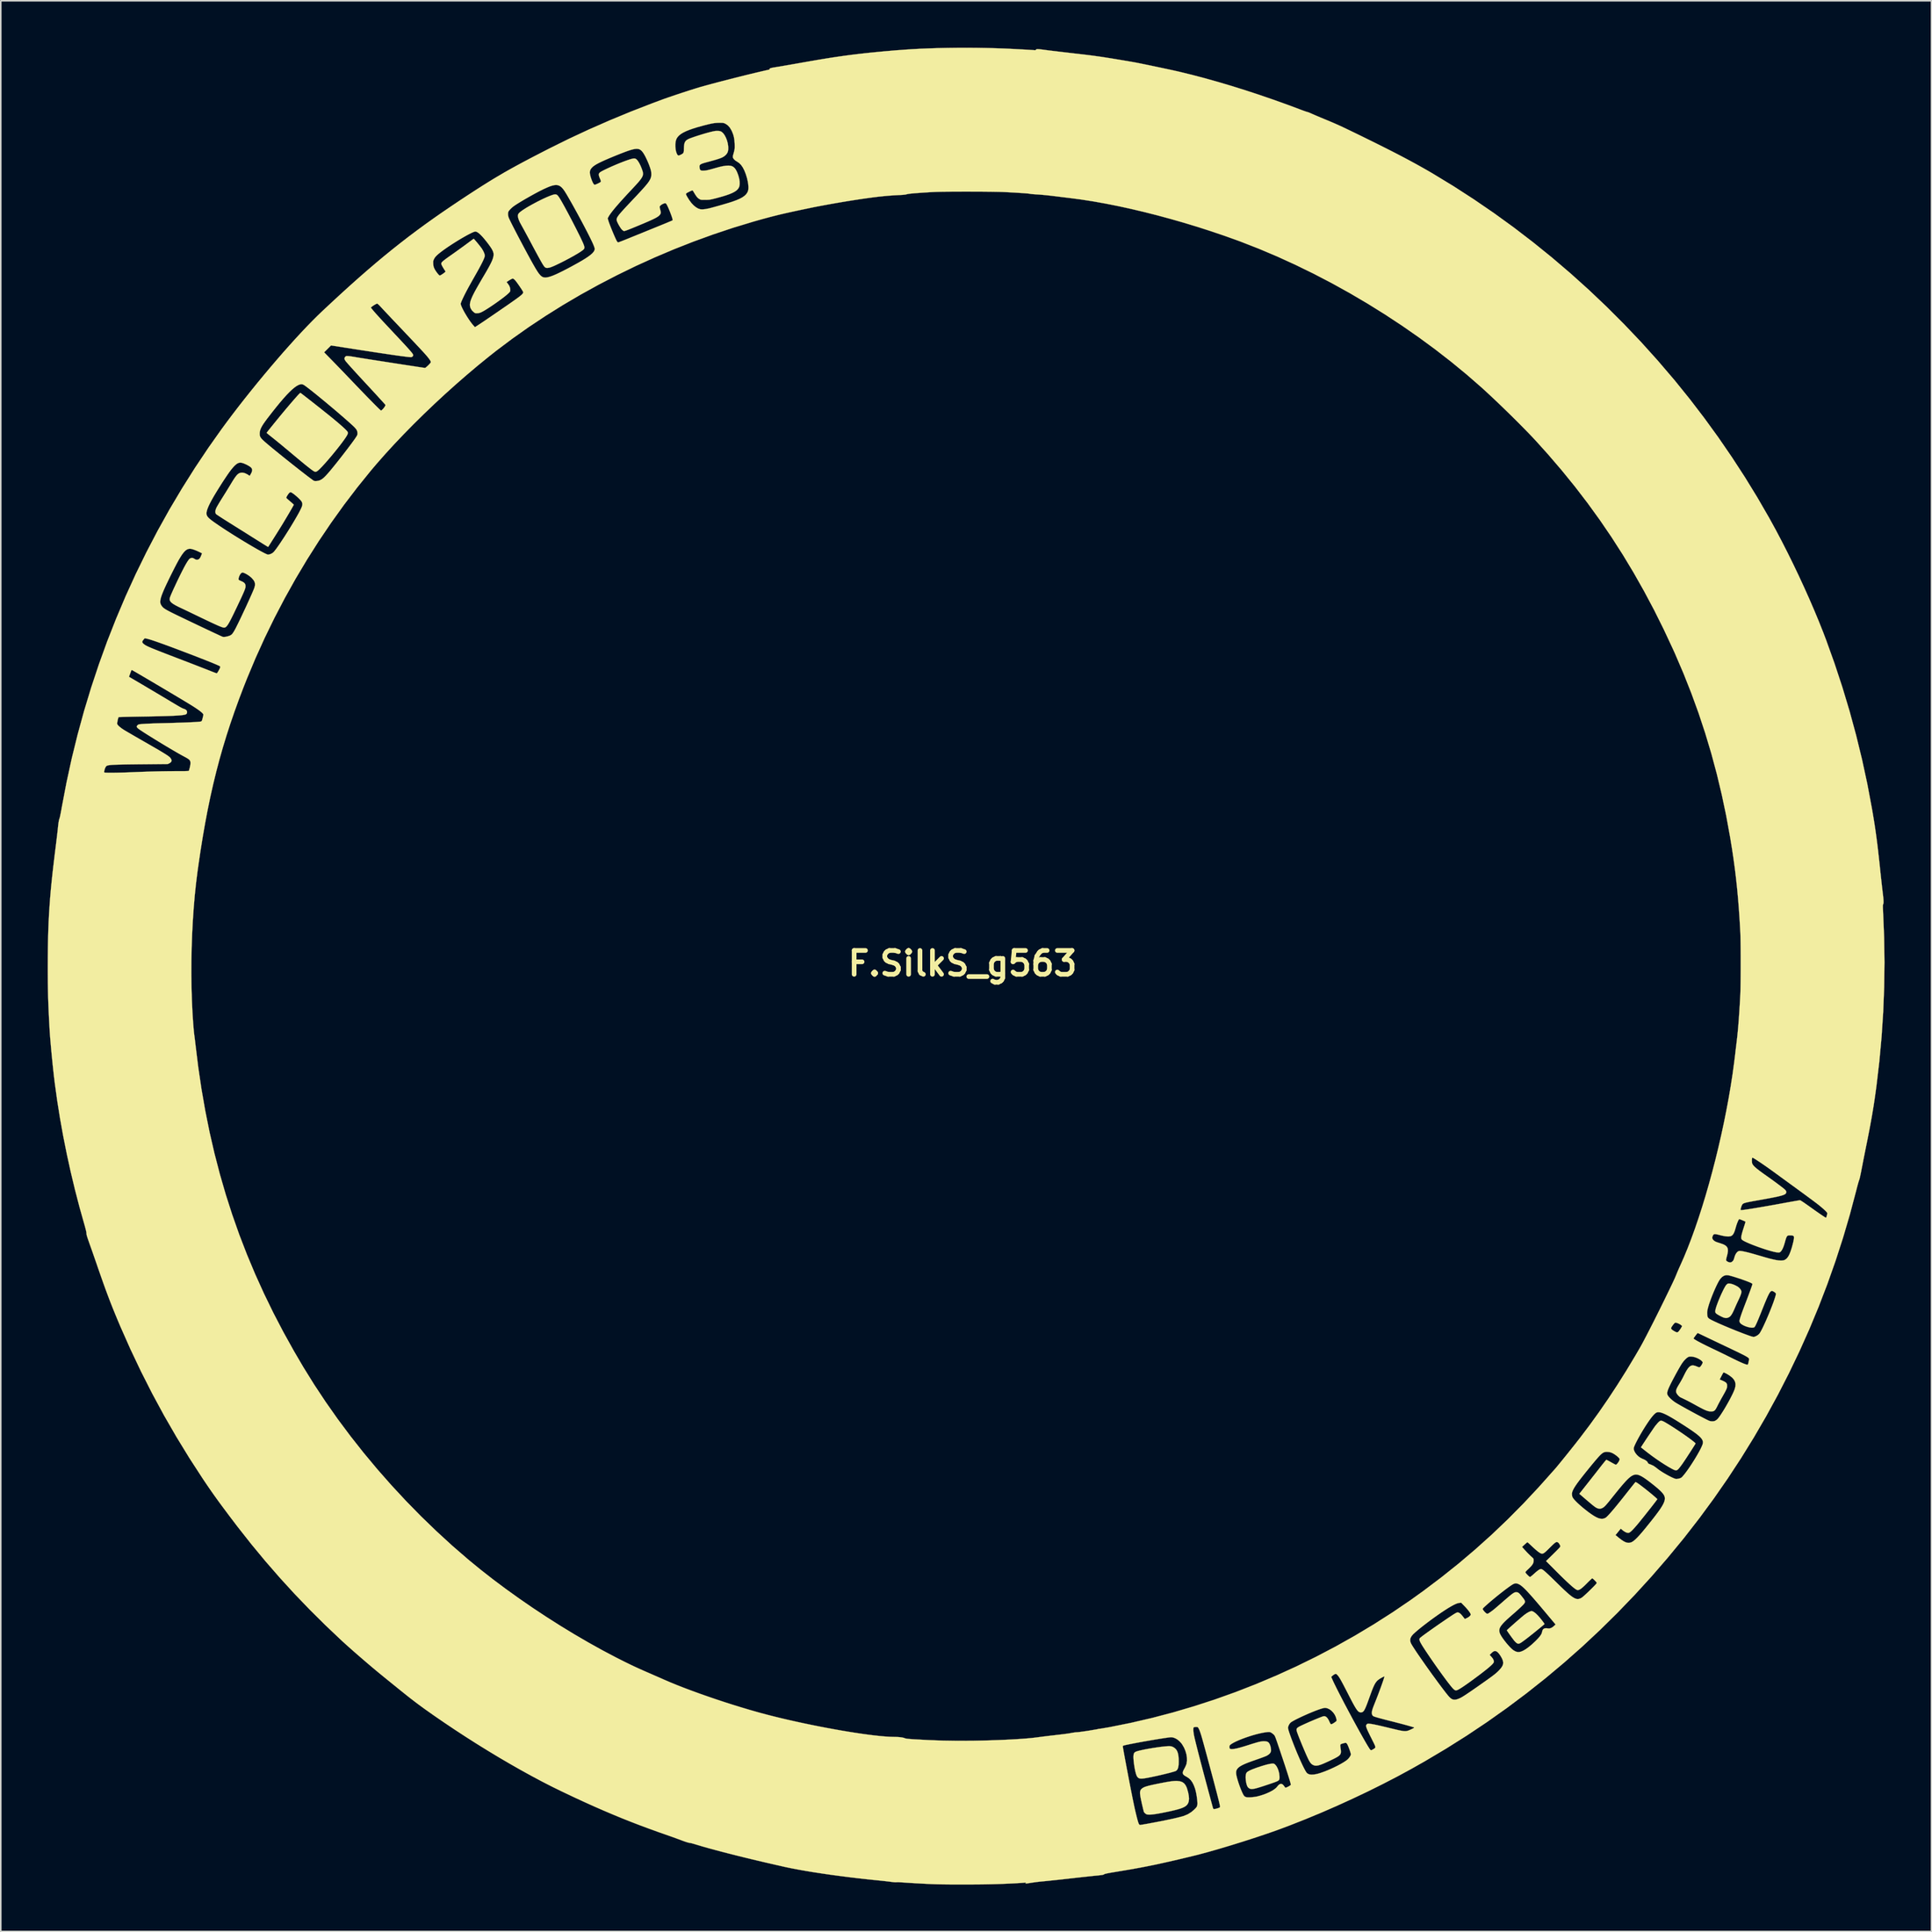
<source format=kicad_pcb>
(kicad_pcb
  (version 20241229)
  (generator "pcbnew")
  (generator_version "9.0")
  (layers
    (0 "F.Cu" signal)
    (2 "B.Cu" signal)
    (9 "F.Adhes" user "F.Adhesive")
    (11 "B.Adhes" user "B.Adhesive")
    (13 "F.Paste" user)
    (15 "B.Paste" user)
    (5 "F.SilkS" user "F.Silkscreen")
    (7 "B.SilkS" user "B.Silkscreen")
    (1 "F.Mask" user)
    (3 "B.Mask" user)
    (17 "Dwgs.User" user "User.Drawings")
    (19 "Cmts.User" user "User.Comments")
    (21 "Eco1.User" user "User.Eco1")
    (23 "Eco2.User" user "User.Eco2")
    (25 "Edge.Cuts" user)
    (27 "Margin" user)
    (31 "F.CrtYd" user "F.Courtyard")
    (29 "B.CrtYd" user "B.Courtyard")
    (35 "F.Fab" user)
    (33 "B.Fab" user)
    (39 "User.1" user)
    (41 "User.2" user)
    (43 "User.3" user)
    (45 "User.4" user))
  (footprint "F.SilkS_g563"
    (layer "F.Cu")
    (at 58.489 58.551)
    (property "Reference" "F.SilkS_g563" (at 0 0 0) (layer "F.SilkS") (effects (font (size 1.524 1.524) (thickness 0.3))))
    (attr through_hole)
    (fp_poly (pts (xy 19.869 51.154) (xy 19.917 51.165) (xy 19.96 51.194) (xy 19.992 51.223) (xy 20.074 51.325) (xy 20.145 51.459) (xy 20.203 51.615) (xy 20.244 51.782) (xy 20.263 51.951) (xy 20.265 51.989) (xy 20.265 52.06) (xy 20.262 52.118) (xy 20.25 52.165) (xy 20.227 52.205) (xy 20.187 52.241) (xy 20.126 52.276) (xy 20.04 52.313) (xy 19.926 52.356) (xy 19.778 52.407) (xy 19.662 52.447) (xy 19.413 52.531) (xy 19.2 52.601) (xy 19.021 52.658) (xy 18.87 52.703) (xy 18.746 52.737) (xy 18.644 52.76) (xy 18.561 52.773) (xy 18.493 52.778) (xy 18.437 52.774) (xy 18.39 52.763) (xy 18.36 52.75) (xy 18.289 52.708) (xy 18.234 52.651) (xy 18.192 52.571) (xy 18.157 52.462) (xy 18.136 52.371) (xy 18.11 52.21) (xy 18.099 52.059) (xy 18.103 51.926) (xy 18.121 51.817) (xy 18.154 51.741) (xy 18.155 51.74) (xy 18.205 51.688) (xy 18.285 51.634) (xy 18.398 51.576) (xy 18.546 51.513) (xy 18.731 51.443) (xy 18.86 51.397) (xy 19.098 51.319) (xy 19.312 51.254) (xy 19.498 51.205) (xy 19.653 51.171) (xy 19.773 51.155) (xy 19.798 51.153) (xy 19.869 51.154)) (stroke (width 0.01) (type solid)) (fill yes) (layer "F.SilkS"))
    (fp_poly (pts (xy 49.1 20.469) (xy 49.213 20.499) (xy 49.335 20.544) (xy 49.455 20.602) (xy 49.566 20.667) (xy 49.632 20.716) (xy 49.695 20.779) (xy 49.749 20.851) (xy 49.767 20.885) (xy 49.788 20.938) (xy 49.797 20.981) (xy 49.792 21.03) (xy 49.776 21.101) (xy 49.774 21.109) (xy 49.751 21.18) (xy 49.714 21.276) (xy 49.668 21.384) (xy 49.617 21.493) (xy 49.616 21.495) (xy 49.559 21.615) (xy 49.498 21.747) (xy 49.441 21.872) (xy 49.403 21.96) (xy 49.324 22.141) (xy 49.256 22.286) (xy 49.195 22.4) (xy 49.138 22.487) (xy 49.083 22.551) (xy 49.026 22.598) (xy 48.97 22.63) (xy 48.874 22.661) (xy 48.776 22.663) (xy 48.667 22.639) (xy 48.611 22.616) (xy 48.53 22.579) (xy 48.437 22.532) (xy 48.374 22.498) (xy 48.264 22.434) (xy 48.189 22.381) (xy 48.143 22.33) (xy 48.123 22.274) (xy 48.125 22.203) (xy 48.143 22.111) (xy 48.151 22.081) (xy 48.185 21.961) (xy 48.234 21.818) (xy 48.294 21.657) (xy 48.362 21.487) (xy 48.435 21.313) (xy 48.511 21.141) (xy 48.587 20.979) (xy 48.659 20.832) (xy 48.726 20.706) (xy 48.784 20.609) (xy 48.823 20.554) (xy 48.873 20.505) (xy 48.923 20.47) (xy 48.933 20.466) (xy 49.004 20.457) (xy 49.1 20.469)) (stroke (width 0.01) (type solid)) (fill yes) (layer "F.SilkS"))
    (fp_poly (pts (xy 13.298 50.042) (xy 13.377 50.059) (xy 13.455 50.091) (xy 13.457 50.092) (xy 13.565 50.16) (xy 13.652 50.245) (xy 13.719 50.353) (xy 13.769 50.487) (xy 13.801 50.651) (xy 13.818 50.848) (xy 13.821 51.029) (xy 13.815 51.215) (xy 13.795 51.363) (xy 13.761 51.477) (xy 13.712 51.561) (xy 13.646 51.617) (xy 13.633 51.625) (xy 13.583 51.644) (xy 13.497 51.671) (xy 13.38 51.704) (xy 13.238 51.743) (xy 13.074 51.784) (xy 12.896 51.828) (xy 12.707 51.873) (xy 12.513 51.917) (xy 12.319 51.96) (xy 12.308 51.962) (xy 12.081 52.011) (xy 11.891 52.049) (xy 11.734 52.078) (xy 11.606 52.098) (xy 11.503 52.11) (xy 11.421 52.113) (xy 11.356 52.108) (xy 11.303 52.096) (xy 11.259 52.077) (xy 11.237 52.064) (xy 11.171 51.998) (xy 11.12 51.9) (xy 11.083 51.788) (xy 11.046 51.647) (xy 11.013 51.485) (xy 10.983 51.311) (xy 10.958 51.136) (xy 10.939 50.967) (xy 10.928 50.815) (xy 10.927 50.688) (xy 10.931 50.622) (xy 10.945 50.544) (xy 10.967 50.484) (xy 11.004 50.438) (xy 11.061 50.401) (xy 11.145 50.368) (xy 11.262 50.335) (xy 11.343 50.315) (xy 11.524 50.275) (xy 11.725 50.234) (xy 11.94 50.195) (xy 12.161 50.158) (xy 12.381 50.124) (xy 12.593 50.094) (xy 12.79 50.07) (xy 12.965 50.051) (xy 13.111 50.041) (xy 13.199 50.038) (xy 13.298 50.042)) (stroke (width 0.01) (type solid)) (fill yes) (layer "F.SilkS"))
    (fp_poly (pts (xy 13.744 52.264) (xy 13.747 52.265) (xy 13.913 52.287) (xy 14.051 52.336) (xy 14.163 52.415) (xy 14.254 52.527) (xy 14.328 52.675) (xy 14.359 52.766) (xy 14.426 53.005) (xy 14.465 53.218) (xy 14.478 53.402) (xy 14.463 53.557) (xy 14.428 53.669) (xy 14.387 53.742) (xy 14.335 53.807) (xy 14.268 53.866) (xy 14.182 53.921) (xy 14.074 53.973) (xy 13.941 54.023) (xy 13.779 54.073) (xy 13.585 54.124) (xy 13.355 54.178) (xy 13.123 54.229) (xy 12.831 54.289) (xy 12.578 54.337) (xy 12.361 54.374) (xy 12.179 54.399) (xy 12.03 54.414) (xy 11.912 54.417) (xy 11.823 54.41) (xy 11.769 54.396) (xy 11.702 54.357) (xy 11.638 54.3) (xy 11.598 54.248) (xy 11.589 54.219) (xy 11.571 54.154) (xy 11.548 54.06) (xy 11.52 53.942) (xy 11.488 53.807) (xy 11.461 53.687) (xy 11.415 53.477) (xy 11.38 53.303) (xy 11.358 53.161) (xy 11.348 53.047) (xy 11.351 52.955) (xy 11.368 52.881) (xy 11.398 52.822) (xy 11.441 52.771) (xy 11.499 52.726) (xy 11.538 52.701) (xy 11.599 52.668) (xy 11.677 52.636) (xy 11.776 52.604) (xy 11.9 52.569) (xy 12.053 52.532) (xy 12.238 52.491) (xy 12.459 52.445) (xy 12.584 52.42) (xy 12.82 52.374) (xy 13.019 52.337) (xy 13.188 52.308) (xy 13.331 52.287) (xy 13.453 52.273) (xy 13.559 52.265) (xy 13.655 52.262) (xy 13.744 52.264)) (stroke (width 0.01) (type solid)) (fill yes) (layer "F.SilkS"))
    (fp_poly (pts (xy 36.456 41.42) (xy 36.55 41.475) (xy 36.658 41.562) (xy 36.78 41.682) (xy 36.913 41.831) (xy 37.051 42.004) (xy 37.112 42.085) (xy 37.161 42.154) (xy 37.194 42.204) (xy 37.206 42.229) (xy 37.206 42.23) (xy 37.188 42.248) (xy 37.142 42.289) (xy 37.071 42.349) (xy 36.981 42.424) (xy 36.875 42.511) (xy 36.758 42.606) (xy 36.635 42.706) (xy 36.51 42.807) (xy 36.388 42.904) (xy 36.273 42.996) (xy 36.169 43.078) (xy 36.085 43.143) (xy 35.941 43.252) (xy 35.826 43.337) (xy 35.735 43.401) (xy 35.664 43.445) (xy 35.607 43.472) (xy 35.562 43.485) (xy 35.522 43.485) (xy 35.484 43.475) (xy 35.463 43.467) (xy 35.416 43.437) (xy 35.356 43.385) (xy 35.296 43.321) (xy 35.293 43.319) (xy 35.253 43.269) (xy 35.199 43.199) (xy 35.135 43.113) (xy 35.066 43.019) (xy 34.996 42.922) (xy 34.931 42.83) (xy 34.874 42.748) (xy 34.83 42.683) (xy 34.805 42.642) (xy 34.799 42.63) (xy 34.815 42.611) (xy 34.859 42.569) (xy 34.926 42.508) (xy 35.012 42.43) (xy 35.113 42.34) (xy 35.224 42.242) (xy 35.34 42.139) (xy 35.458 42.036) (xy 35.573 41.937) (xy 35.681 41.844) (xy 35.777 41.762) (xy 35.857 41.695) (xy 35.916 41.647) (xy 35.937 41.631) (xy 36.072 41.537) (xy 36.193 41.466) (xy 36.295 41.42) (xy 36.373 41.402) (xy 36.38 41.402) (xy 36.456 41.42)) (stroke (width 0.01) (type solid)) (fill yes) (layer "F.SilkS"))
    (fp_poly (pts (xy 44.695 29.233) (xy 44.765 29.256) (xy 44.855 29.299) (xy 44.971 29.365) (xy 45.038 29.406) (xy 45.202 29.506) (xy 45.374 29.614) (xy 45.553 29.73) (xy 45.733 29.848) (xy 45.911 29.968) (xy 46.085 30.087) (xy 46.249 30.202) (xy 46.402 30.311) (xy 46.538 30.411) (xy 46.655 30.5) (xy 46.75 30.575) (xy 46.818 30.634) (xy 46.856 30.675) (xy 46.863 30.69) (xy 46.852 30.712) (xy 46.82 30.764) (xy 46.772 30.842) (xy 46.709 30.941) (xy 46.636 31.056) (xy 46.555 31.182) (xy 46.469 31.315) (xy 46.381 31.449) (xy 46.296 31.58) (xy 46.215 31.703) (xy 46.141 31.813) (xy 46.079 31.905) (xy 46.044 31.956) (xy 45.972 32.056) (xy 45.9 32.153) (xy 45.835 32.237) (xy 45.784 32.298) (xy 45.777 32.306) (xy 45.72 32.362) (xy 45.667 32.395) (xy 45.61 32.405) (xy 45.541 32.392) (xy 45.454 32.356) (xy 45.34 32.298) (xy 45.118 32.172) (xy 44.874 32.023) (xy 44.615 31.855) (xy 44.35 31.675) (xy 44.087 31.487) (xy 43.834 31.297) (xy 43.699 31.192) (xy 43.6 31.113) (xy 43.512 31.044) (xy 43.442 30.988) (xy 43.395 30.95) (xy 43.375 30.934) (xy 43.374 30.934) (xy 43.384 30.916) (xy 43.414 30.867) (xy 43.462 30.793) (xy 43.524 30.697) (xy 43.598 30.585) (xy 43.68 30.46) (xy 43.767 30.329) (xy 43.857 30.194) (xy 43.946 30.062) (xy 44.031 29.936) (xy 44.109 29.821) (xy 44.177 29.721) (xy 44.232 29.642) (xy 44.271 29.588) (xy 44.276 29.58) (xy 44.344 29.496) (xy 44.421 29.405) (xy 44.479 29.342) (xy 44.536 29.287) (xy 44.587 29.249) (xy 44.638 29.231) (xy 44.695 29.233)) (stroke (width 0.01) (type solid)) (fill yes) (layer "F.SilkS"))
    (fp_poly (pts (xy -25.996 -49.17) (xy -25.948 -49.153) (xy -25.9 -49.118) (xy -25.849 -49.06) (xy -25.789 -48.975) (xy -25.716 -48.858) (xy -25.706 -48.841) (xy -25.629 -48.71) (xy -25.539 -48.55) (xy -25.437 -48.365) (xy -25.326 -48.16) (xy -25.208 -47.941) (xy -25.087 -47.711) (xy -24.964 -47.476) (xy -24.843 -47.242) (xy -24.725 -47.011) (xy -24.614 -46.79) (xy -24.511 -46.584) (xy -24.419 -46.397) (xy -24.342 -46.234) (xy -24.28 -46.1) (xy -24.25 -46.03) (xy -24.205 -45.913) (xy -24.18 -45.825) (xy -24.175 -45.758) (xy -24.191 -45.704) (xy -24.228 -45.655) (xy -24.253 -45.631) (xy -24.324 -45.575) (xy -24.429 -45.503) (xy -24.564 -45.418) (xy -24.724 -45.323) (xy -24.904 -45.219) (xy -25.1 -45.111) (xy -25.308 -45) (xy -25.523 -44.888) (xy -25.74 -44.779) (xy -25.813 -44.744) (xy -25.993 -44.657) (xy -26.142 -44.59) (xy -26.264 -44.54) (xy -26.364 -44.504) (xy -26.448 -44.483) (xy -26.519 -44.473) (xy -26.555 -44.471) (xy -26.625 -44.477) (xy -26.676 -44.5) (xy -26.721 -44.54) (xy -26.745 -44.567) (xy -26.772 -44.603) (xy -26.806 -44.652) (xy -26.846 -44.716) (xy -26.894 -44.797) (xy -26.952 -44.899) (xy -27.021 -45.022) (xy -27.103 -45.171) (xy -27.199 -45.348) (xy -27.311 -45.554) (xy -27.439 -45.793) (xy -27.575 -46.048) (xy -27.678 -46.241) (xy -27.779 -46.43) (xy -27.876 -46.609) (xy -27.965 -46.775) (xy -28.045 -46.922) (xy -28.113 -47.045) (xy -28.166 -47.141) (xy -28.201 -47.204) (xy -28.204 -47.208) (xy -28.305 -47.396) (xy -28.375 -47.557) (xy -28.416 -47.694) (xy -28.427 -47.794) (xy -28.421 -47.868) (xy -28.399 -47.924) (xy -28.36 -47.975) (xy -28.291 -48.04) (xy -28.191 -48.117) (xy -28.062 -48.205) (xy -27.91 -48.301) (xy -27.741 -48.402) (xy -27.557 -48.506) (xy -27.365 -48.611) (xy -27.169 -48.714) (xy -26.973 -48.812) (xy -26.783 -48.904) (xy -26.603 -48.986) (xy -26.438 -49.056) (xy -26.292 -49.112) (xy -26.171 -49.152) (xy -26.079 -49.172) (xy -26.051 -49.174) (xy -25.996 -49.17)) (stroke (width 0.01) (type solid)) (fill yes) (layer "F.SilkS"))
    (fp_poly (pts (xy -42.311 -36.469) (xy -42.26 -36.432) (xy -42.183 -36.373) (xy -42.083 -36.296) (xy -41.964 -36.203) (xy -41.828 -36.097) (xy -41.679 -35.981) (xy -41.522 -35.857) (xy -41.358 -35.728) (xy -41.191 -35.596) (xy -41.026 -35.465) (xy -40.865 -35.337) (xy -40.711 -35.214) (xy -40.568 -35.1) (xy -40.44 -34.997) (xy -40.329 -34.907) (xy -40.24 -34.834) (xy -40.238 -34.832) (xy -40.022 -34.652) (xy -39.832 -34.49) (xy -39.669 -34.347) (xy -39.535 -34.225) (xy -39.431 -34.125) (xy -39.358 -34.047) (xy -39.318 -33.994) (xy -39.315 -33.989) (xy -39.297 -33.942) (xy -39.3 -33.895) (xy -39.313 -33.851) (xy -39.345 -33.782) (xy -39.402 -33.686) (xy -39.481 -33.567) (xy -39.579 -33.429) (xy -39.692 -33.276) (xy -39.819 -33.11) (xy -39.956 -32.936) (xy -40.1 -32.757) (xy -40.248 -32.576) (xy -40.397 -32.397) (xy -40.545 -32.224) (xy -40.688 -32.059) (xy -40.824 -31.908) (xy -40.949 -31.772) (xy -41.061 -31.656) (xy -41.157 -31.564) (xy -41.234 -31.498) (xy -41.288 -31.462) (xy -41.29 -31.461) (xy -41.344 -31.44) (xy -41.382 -31.436) (xy -41.423 -31.449) (xy -41.468 -31.471) (xy -41.527 -31.507) (xy -41.616 -31.57) (xy -41.735 -31.661) (xy -41.886 -31.779) (xy -42.067 -31.925) (xy -42.279 -32.1) (xy -42.523 -32.302) (xy -42.545 -32.321) (xy -42.696 -32.447) (xy -42.859 -32.583) (xy -43.024 -32.721) (xy -43.183 -32.854) (xy -43.328 -32.974) (xy -43.448 -33.075) (xy -43.448 -33.075) (xy -43.583 -33.187) (xy -43.733 -33.309) (xy -43.885 -33.433) (xy -44.028 -33.549) (xy -44.152 -33.647) (xy -44.162 -33.656) (xy -44.263 -33.736) (xy -44.352 -33.807) (xy -44.423 -33.866) (xy -44.471 -33.908) (xy -44.492 -33.929) (xy -44.492 -33.93) (xy -44.479 -33.949) (xy -44.443 -33.997) (xy -44.385 -34.07) (xy -44.31 -34.164) (xy -44.22 -34.276) (xy -44.119 -34.401) (xy -44.009 -34.537) (xy -43.894 -34.678) (xy -43.777 -34.821) (xy -43.661 -34.963) (xy -43.548 -35.1) (xy -43.443 -35.227) (xy -43.348 -35.341) (xy -43.282 -35.42) (xy -43.075 -35.665) (xy -42.894 -35.877) (xy -42.738 -36.057) (xy -42.608 -36.205) (xy -42.504 -36.321) (xy -42.424 -36.406) (xy -42.368 -36.459) (xy -42.337 -36.482) (xy -42.332 -36.483) (xy -42.311 -36.469)) (stroke (width 0.01) (type solid)) (fill yes) (layer "F.SilkS"))
    (fp_poly (pts (xy 0.9 -58.542) (xy 1.516 -58.532) (xy 2.119 -58.517) (xy 2.704 -58.496) (xy 2.985 -58.483) (xy 3.191 -58.473) (xy 3.4 -58.462) (xy 3.606 -58.451) (xy 3.806 -58.44) (xy 3.994 -58.43) (xy 4.165 -58.42) (xy 4.316 -58.411) (xy 4.442 -58.403) (xy 4.537 -58.396) (xy 4.597 -58.392) (xy 4.615 -58.389) (xy 4.669 -58.396) (xy 4.695 -58.421) (xy 4.71 -58.44) (xy 4.733 -58.452) (xy 4.769 -58.459) (xy 4.823 -58.46) (xy 4.9 -58.455) (xy 5.005 -58.443) (xy 5.143 -58.426) (xy 5.271 -58.409) (xy 5.368 -58.396) (xy 5.501 -58.379) (xy 5.665 -58.359) (xy 5.855 -58.336) (xy 6.065 -58.311) (xy 6.288 -58.284) (xy 6.52 -58.257) (xy 6.755 -58.23) (xy 6.847 -58.219) (xy 7.113 -58.188) (xy 7.342 -58.162) (xy 7.538 -58.139) (xy 7.706 -58.12) (xy 7.851 -58.102) (xy 7.978 -58.087) (xy 8.091 -58.073) (xy 8.194 -58.06) (xy 8.294 -58.047) (xy 8.395 -58.034) (xy 8.5 -58.019) (xy 8.616 -58.003) (xy 8.746 -57.985) (xy 8.752 -57.984) (xy 8.879 -57.966) (xy 9.041 -57.941) (xy 9.231 -57.911) (xy 9.443 -57.878) (xy 9.67 -57.841) (xy 9.905 -57.802) (xy 10.142 -57.763) (xy 10.373 -57.724) (xy 10.593 -57.687) (xy 10.794 -57.652) (xy 10.971 -57.621) (xy 10.996 -57.616) (xy 11.104 -57.596) (xy 11.248 -57.568) (xy 11.422 -57.533) (xy 11.622 -57.492) (xy 11.841 -57.447) (xy 12.074 -57.399) (xy 12.316 -57.348) (xy 12.561 -57.296) (xy 12.803 -57.245) (xy 13.038 -57.195) (xy 13.26 -57.147) (xy 13.464 -57.103) (xy 13.643 -57.063) (xy 13.793 -57.029) (xy 13.864 -57.013) (xy 14.656 -56.819) (xy 15.477 -56.603) (xy 16.323 -56.366) (xy 17.189 -56.109) (xy 18.069 -55.834) (xy 18.959 -55.542) (xy 19.854 -55.234) (xy 20.749 -54.914) (xy 21.529 -54.623) (xy 21.664 -54.572) (xy 21.788 -54.526) (xy 21.894 -54.489) (xy 21.977 -54.46) (xy 22.029 -54.444) (xy 22.045 -54.441) (xy 22.079 -54.432) (xy 22.142 -54.409) (xy 22.223 -54.375) (xy 22.297 -54.343) (xy 22.369 -54.31) (xy 22.474 -54.265) (xy 22.604 -54.209) (xy 22.755 -54.145) (xy 22.918 -54.076) (xy 23.088 -54.006) (xy 23.188 -53.964) (xy 23.363 -53.891) (xy 23.521 -53.825) (xy 23.667 -53.763) (xy 23.806 -53.703) (xy 23.941 -53.643) (xy 24.079 -53.581) (xy 24.223 -53.515) (xy 24.378 -53.442) (xy 24.548 -53.361) (xy 24.738 -53.27) (xy 24.953 -53.166) (xy 25.198 -53.047) (xy 25.442 -52.928) (xy 25.989 -52.66) (xy 26.5 -52.407) (xy 26.978 -52.168) (xy 27.426 -51.941) (xy 27.848 -51.724) (xy 28.245 -51.516) (xy 28.622 -51.315) (xy 28.98 -51.12) (xy 29.324 -50.929) (xy 29.656 -50.741) (xy 29.979 -50.554) (xy 30.057 -50.508) (xy 31.381 -49.703) (xy 32.685 -48.86) (xy 33.968 -47.982) (xy 35.23 -47.068) (xy 36.468 -46.119) (xy 37.684 -45.136) (xy 38.875 -44.119) (xy 40.042 -43.069) (xy 41.182 -41.988) (xy 42.296 -40.874) (xy 43.383 -39.73) (xy 44.442 -38.555) (xy 45.471 -37.351) (xy 45.553 -37.253) (xy 46.502 -36.078) (xy 47.425 -34.871) (xy 48.32 -33.638) (xy 49.183 -32.38) (xy 50.014 -31.103) (xy 50.808 -29.81) (xy 51.563 -28.504) (xy 51.641 -28.363) (xy 52.007 -27.695) (xy 52.374 -26.998) (xy 52.74 -26.28) (xy 53.102 -25.546) (xy 53.457 -24.803) (xy 53.802 -24.057) (xy 54.135 -23.314) (xy 54.452 -22.581) (xy 54.75 -21.864) (xy 55.027 -21.169) (xy 55.212 -20.683) (xy 55.753 -19.176) (xy 56.253 -17.657) (xy 56.713 -16.128) (xy 57.131 -14.589) (xy 57.509 -13.041) (xy 57.845 -11.484) (xy 58.139 -9.92) (xy 58.196 -9.588) (xy 58.247 -9.281) (xy 58.295 -8.986) (xy 58.339 -8.697) (xy 58.381 -8.408) (xy 58.421 -8.115) (xy 58.461 -7.812) (xy 58.501 -7.492) (xy 58.541 -7.152) (xy 58.582 -6.784) (xy 58.626 -6.384) (xy 58.663 -6.032) (xy 58.687 -5.803) (xy 58.712 -5.573) (xy 58.737 -5.348) (xy 58.76 -5.134) (xy 58.782 -4.937) (xy 58.802 -4.764) (xy 58.819 -4.62) (xy 58.832 -4.512) (xy 58.833 -4.505) (xy 58.856 -4.31) (xy 58.872 -4.153) (xy 58.881 -4.029) (xy 58.883 -3.933) (xy 58.879 -3.862) (xy 58.867 -3.81) (xy 58.858 -3.789) (xy 58.849 -3.764) (xy 58.843 -3.727) (xy 58.841 -3.671) (xy 58.841 -3.591) (xy 58.845 -3.483) (xy 58.852 -3.341) (xy 58.856 -3.249) (xy 58.92 -1.666) (xy 58.943 -0.079) (xy 58.923 1.509) (xy 58.861 3.098) (xy 58.758 4.684) (xy 58.613 6.267) (xy 58.427 7.845) (xy 58.386 8.149) (xy 58.342 8.465) (xy 58.298 8.769) (xy 58.253 9.065) (xy 58.205 9.359) (xy 58.155 9.658) (xy 58.101 9.966) (xy 58.042 10.289) (xy 57.977 10.633) (xy 57.905 11.004) (xy 57.825 11.407) (xy 57.771 11.673) (xy 57.725 11.903) (xy 57.678 12.137) (xy 57.632 12.369) (xy 57.588 12.591) (xy 57.548 12.797) (xy 57.512 12.982) (xy 57.481 13.138) (xy 57.458 13.26) (xy 57.458 13.263) (xy 57.429 13.409) (xy 57.4 13.546) (xy 57.373 13.668) (xy 57.348 13.767) (xy 57.328 13.836) (xy 57.32 13.856) (xy 57.303 13.903) (xy 57.278 13.986) (xy 57.246 14.096) (xy 57.21 14.229) (xy 57.171 14.376) (xy 57.131 14.534) (xy 57.127 14.55) (xy 56.728 16.053) (xy 56.29 17.544) (xy 55.811 19.023) (xy 55.293 20.488) (xy 54.735 21.94) (xy 54.139 23.376) (xy 53.504 24.795) (xy 52.832 26.198) (xy 52.123 27.583) (xy 51.377 28.948) (xy 50.595 30.293) (xy 49.777 31.618) (xy 48.923 32.921) (xy 48.035 34.2) (xy 47.112 35.456) (xy 46.156 36.687) (xy 46.094 36.765) (xy 45.076 38.002) (xy 44.035 39.204) (xy 42.969 40.371) (xy 41.878 41.504) (xy 40.763 42.603) (xy 39.623 43.669) (xy 38.457 44.7) (xy 37.265 45.699) (xy 36.047 46.664) (xy 34.803 47.596) (xy 33.532 48.496) (xy 32.234 49.364) (xy 30.909 50.199) (xy 29.556 51.003) (xy 28.691 51.492) (xy 27.789 51.982) (xy 26.851 52.467) (xy 25.888 52.945) (xy 24.905 53.411) (xy 23.913 53.863) (xy 22.917 54.296) (xy 21.927 54.707) (xy 20.95 55.092) (xy 20.442 55.284) (xy 20.074 55.419) (xy 19.677 55.559) (xy 19.257 55.703) (xy 18.82 55.849) (xy 18.37 55.996) (xy 17.913 56.142) (xy 17.453 56.286) (xy 16.998 56.425) (xy 16.55 56.559) (xy 16.117 56.685) (xy 15.702 56.803) (xy 15.312 56.909) (xy 14.952 57.003) (xy 14.668 57.073) (xy 14.228 57.179) (xy 13.823 57.275) (xy 13.45 57.362) (xy 13.102 57.441) (xy 12.776 57.514) (xy 12.466 57.582) (xy 12.167 57.645) (xy 11.874 57.704) (xy 11.583 57.761) (xy 11.288 57.817) (xy 10.985 57.872) (xy 10.668 57.928) (xy 10.333 57.985) (xy 9.974 58.045) (xy 9.874 58.061) (xy 9.663 58.097) (xy 9.489 58.126) (xy 9.351 58.151) (xy 9.243 58.172) (xy 9.162 58.19) (xy 9.105 58.205) (xy 9.069 58.218) (xy 9.048 58.23) (xy 9.048 58.231) (xy 9.027 58.245) (xy 8.994 58.257) (xy 8.944 58.269) (xy 8.87 58.28) (xy 8.768 58.292) (xy 8.633 58.307) (xy 8.55 58.315) (xy 8.433 58.326) (xy 8.28 58.342) (xy 8.099 58.361) (xy 7.896 58.383) (xy 7.679 58.406) (xy 7.454 58.431) (xy 7.228 58.456) (xy 7.08 58.473) (xy 6.706 58.515) (xy 6.369 58.553) (xy 6.066 58.586) (xy 5.792 58.615) (xy 5.544 58.641) (xy 5.317 58.664) (xy 5.108 58.684) (xy 4.985 58.696) (xy 4.867 58.708) (xy 4.723 58.726) (xy 4.572 58.746) (xy 4.428 58.767) (xy 4.403 58.771) (xy 4.265 58.792) (xy 4.165 58.807) (xy 4.096 58.816) (xy 4.054 58.82) (xy 4.033 58.818) (xy 4.029 58.81) (xy 4.037 58.798) (xy 4.045 58.788) (xy 4.056 58.77) (xy 4.047 58.762) (xy 4.01 58.761) (xy 3.938 58.767) (xy 3.936 58.767) (xy 3.812 58.778) (xy 3.651 58.789) (xy 3.461 58.8) (xy 3.246 58.812) (xy 3.013 58.823) (xy 2.768 58.834) (xy 2.516 58.844) (xy 2.265 58.853) (xy 2.02 58.86) (xy 1.841 58.865) (xy 1.624 58.869) (xy 1.378 58.873) (xy 1.111 58.876) (xy 0.827 58.878) (xy 0.531 58.88) (xy 0.229 58.881) (xy -0.074 58.881) (xy -0.373 58.881) (xy -0.662 58.88) (xy -0.936 58.878) (xy -1.191 58.875) (xy -1.42 58.872) (xy -1.618 58.868) (xy -1.78 58.863) (xy -1.81 58.862) (xy -2.021 58.854) (xy -2.262 58.842) (xy -2.524 58.829) (xy -2.796 58.814) (xy -3.068 58.799) (xy -3.331 58.783) (xy -3.573 58.768) (xy -3.785 58.753) (xy -3.821 58.751) (xy -3.943 58.743) (xy -4.055 58.737) (xy -4.146 58.735) (xy -4.21 58.736) (xy -4.233 58.738) (xy -4.274 58.741) (xy -4.346 58.737) (xy -4.441 58.729) (xy -4.548 58.715) (xy -4.561 58.714) (xy -4.655 58.701) (xy -4.783 58.686) (xy -4.936 58.668) (xy -5.105 58.65) (xy -5.283 58.631) (xy -5.461 58.613) (xy -5.482 58.611) (xy -6.08 58.549) (xy -6.674 58.483) (xy -7.262 58.413) (xy -7.838 58.339) (xy -8.4 58.264) (xy -8.943 58.185) (xy -9.465 58.106) (xy -9.96 58.025) (xy -10.426 57.943) (xy -10.859 57.862) (xy -11.255 57.781) (xy -11.419 57.745) (xy -11.96 57.622) (xy -12.496 57.499) (xy -13.022 57.376) (xy -13.538 57.253) (xy -14.038 57.131) (xy -14.521 57.011) (xy -14.984 56.894) (xy -15.422 56.78) (xy -15.834 56.671) (xy -16.216 56.567) (xy -16.565 56.468) (xy -16.878 56.377) (xy -17.113 56.305) (xy -17.221 56.273) (xy -17.322 56.246) (xy -17.405 56.227) (xy -17.46 56.219) (xy -17.465 56.219) (xy -17.511 56.211) (xy -17.59 56.189) (xy -17.698 56.155) (xy -17.827 56.11) (xy -17.973 56.056) (xy -17.984 56.052) (xy -18.144 55.992) (xy -18.32 55.927) (xy -18.497 55.863) (xy -18.663 55.804) (xy -18.796 55.757) (xy -19.428 55.536) (xy -20.036 55.316) (xy -20.626 55.097) (xy -21.205 54.874) (xy -21.777 54.646) (xy -22.348 54.411) (xy -22.925 54.166) (xy -23.513 53.909) (xy -24.117 53.637) (xy -24.744 53.348) (xy -25.398 53.039) (xy -25.643 52.922) (xy -26.26 52.62) (xy -26.903 52.29) (xy -27.568 51.935) (xy -28.25 51.559) (xy -28.946 51.162) (xy -29.652 50.749) (xy -30.362 50.32) (xy -30.816 50.039) (xy 10.245 50.039) (xy 10.249 50.075) (xy 10.26 50.15) (xy 10.279 50.259) (xy 10.303 50.398) (xy 10.333 50.565) (xy 10.368 50.755) (xy 10.407 50.965) (xy 10.449 51.192) (xy 10.494 51.431) (xy 10.542 51.679) (xy 10.59 51.933) (xy 10.639 52.189) (xy 10.689 52.444) (xy 10.737 52.693) (xy 10.784 52.934) (xy 10.83 53.162) (xy 10.872 53.374) (xy 10.911 53.566) (xy 10.946 53.735) (xy 10.967 53.837) (xy 11.013 54.048) (xy 11.06 54.251) (xy 11.105 54.44) (xy 11.148 54.61) (xy 11.187 54.757) (xy 11.221 54.875) (xy 11.249 54.958) (xy 11.259 54.981) (xy 11.292 55.043) (xy 11.325 55.071) (xy 11.348 55.076) (xy 11.381 55.072) (xy 11.45 55.062) (xy 11.547 55.046) (xy 11.668 55.025) (xy 11.806 55.001) (xy 11.926 54.979) (xy 12.291 54.911) (xy 12.634 54.845) (xy 12.954 54.781) (xy 13.246 54.72) (xy 13.508 54.663) (xy 13.737 54.609) (xy 13.932 54.56) (xy 14.088 54.517) (xy 14.139 54.501) (xy 14.386 54.4) (xy 14.611 54.263) (xy 14.773 54.13) (xy 14.859 54.048) (xy 14.92 53.985) (xy 14.96 53.933) (xy 14.986 53.885) (xy 15.003 53.831) (xy 15.009 53.806) (xy 15.017 53.732) (xy 15.015 53.624) (xy 15.005 53.493) (xy 14.988 53.346) (xy 14.965 53.192) (xy 14.938 53.039) (xy 14.906 52.895) (xy 14.873 52.77) (xy 14.866 52.747) (xy 14.786 52.534) (xy 14.698 52.357) (xy 14.596 52.213) (xy 14.477 52.096) (xy 14.339 52.003) (xy 14.309 51.987) (xy 14.198 51.922) (xy 14.123 51.859) (xy 14.085 51.791) (xy 14.08 51.713) (xy 14.108 51.618) (xy 14.168 51.5) (xy 14.181 51.477) (xy 14.232 51.382) (xy 14.277 51.283) (xy 14.31 51.198) (xy 14.319 51.17) (xy 14.349 50.978) (xy 14.346 50.769) (xy 14.312 50.552) (xy 14.248 50.334) (xy 14.158 50.123) (xy 14.042 49.926) (xy 13.98 49.842) (xy 13.863 49.715) (xy 13.731 49.609) (xy 13.592 49.529) (xy 13.455 49.481) (xy 13.343 49.467) (xy 13.283 49.47) (xy 13.186 49.481) (xy 13.056 49.499) (xy 12.898 49.522) (xy 12.716 49.55) (xy 12.514 49.582) (xy 12.298 49.618) (xy 12.07 49.656) (xy 11.837 49.697) (xy 11.601 49.738) (xy 11.368 49.78) (xy 11.142 49.822) (xy 10.928 49.863) (xy 10.729 49.902) (xy 10.567 49.935) (xy 10.442 49.961) (xy 10.353 49.983) (xy 10.294 50) (xy 10.261 50.015) (xy 10.246 50.03) (xy 10.245 50.039) (xy -30.816 50.039) (xy -31.074 49.879) (xy -31.782 49.428) (xy -32.483 48.97) (xy -33.172 48.507) (xy -33.528 48.263) (xy -33.829 48.055) (xy -34.1 47.864) (xy -34.349 47.688) (xy -34.58 47.52) (xy -34.802 47.357) (xy -35.019 47.194) (xy -35.238 47.026) (xy -35.465 46.848) (xy -35.706 46.656) (xy -35.969 46.445) (xy -36.068 46.365) (xy -36.224 46.238) (xy -36.393 46.102) (xy -36.565 45.962) (xy -36.732 45.827) (xy -36.884 45.704) (xy -37.013 45.599) (xy -37.02 45.593) (xy -37.264 45.394) (xy -37.528 45.176) (xy -37.805 44.943) (xy -38.09 44.701) (xy -38.378 44.454) (xy -38.662 44.208) (xy -38.938 43.967) (xy -39.198 43.737) (xy -39.438 43.522) (xy -39.652 43.328) (xy -39.692 43.291) (xy -40.731 42.307) (xy -41.734 41.312) (xy -42.706 40.301) (xy -43.649 39.269) (xy -44.568 38.213) (xy -45.468 37.126) (xy -46.351 36.006) (xy -46.851 35.348) (xy -47.064 35.064) (xy -47.254 34.808) (xy -47.426 34.577) (xy -47.582 34.364) (xy -47.726 34.164) (xy -47.862 33.974) (xy -47.993 33.788) (xy -48.123 33.601) (xy -48.255 33.409) (xy -48.393 33.206) (xy -48.54 32.987) (xy -48.568 32.946) (xy -49.43 31.618) (xy -50.257 30.267) (xy -51.049 28.894) (xy -51.804 27.499) (xy -52.523 26.081) (xy -53.206 24.642) (xy -53.853 23.182) (xy -54.06 22.691) (xy -54.192 22.371) (xy -54.318 22.062) (xy -54.439 21.756) (xy -54.558 21.449) (xy -54.677 21.133) (xy -54.799 20.804) (xy -54.925 20.455) (xy -55.057 20.081) (xy -55.199 19.676) (xy -55.284 19.431) (xy -55.353 19.229) (xy -55.423 19.029) (xy -55.49 18.835) (xy -55.553 18.654) (xy -55.609 18.492) (xy -55.657 18.355) (xy -55.695 18.249) (xy -55.711 18.203) (xy -55.785 17.997) (xy -55.845 17.826) (xy -55.894 17.686) (xy -55.932 17.574) (xy -55.961 17.486) (xy -55.982 17.416) (xy -55.996 17.362) (xy -56.005 17.319) (xy -56.009 17.283) (xy -56.011 17.25) (xy -56.011 17.247) (xy -56.018 17.179) (xy -56.04 17.073) (xy -56.075 16.933) (xy -56.122 16.76) (xy -56.148 16.669) (xy -56.456 15.574) (xy -56.746 14.456) (xy -57.017 13.324) (xy -57.267 12.185) (xy -57.495 11.044) (xy -57.699 9.91) (xy -57.878 8.79) (xy -58.03 7.691) (xy -58.091 7.197) (xy -58.117 6.961) (xy -58.145 6.704) (xy -58.174 6.431) (xy -58.202 6.147) (xy -58.231 5.859) (xy -58.258 5.572) (xy -58.283 5.293) (xy -58.306 5.028) (xy -58.327 4.782) (xy -58.345 4.561) (xy -58.358 4.371) (xy -58.366 4.244) (xy -58.389 3.827) (xy -58.409 3.445) (xy -58.426 3.093) (xy -58.44 2.764) (xy -58.452 2.451) (xy -58.462 2.148) (xy -58.469 1.849) (xy -58.475 1.547) (xy -58.48 1.235) (xy -58.482 0.908) (xy -58.483 0.666) (xy -49.305 0.666) (xy -49.295 1.505) (xy -49.271 2.329) (xy -49.234 3.131) (xy -49.233 3.143) (xy -49.218 3.387) (xy -49.202 3.626) (xy -49.186 3.853) (xy -49.169 4.062) (xy -49.153 4.249) (xy -49.137 4.408) (xy -49.123 4.532) (xy -49.117 4.572) (xy -49.105 4.66) (xy -49.09 4.779) (xy -49.073 4.917) (xy -49.056 5.063) (xy -49.043 5.175) (xy -48.866 6.616) (xy -48.657 8.03) (xy -48.415 9.42) (xy -48.14 10.787) (xy -47.83 12.132) (xy -47.486 13.458) (xy -47.107 14.766) (xy -46.692 16.057) (xy -46.242 17.334) (xy -45.754 18.598) (xy -45.229 19.851) (xy -44.666 21.094) (xy -44.065 22.33) (xy -43.424 23.559) (xy -42.744 24.783) (xy -42.147 25.802) (xy -41.451 26.922) (xy -40.715 28.033) (xy -39.942 29.132) (xy -39.133 30.216) (xy -38.29 31.284) (xy -37.416 32.332) (xy -36.511 33.36) (xy -35.579 34.364) (xy -34.621 35.342) (xy -33.639 36.291) (xy -32.636 37.211) (xy -31.612 38.097) (xy -31.567 38.135) (xy -30.814 38.752) (xy -30.024 39.37) (xy -29.203 39.984) (xy -28.355 40.592) (xy -27.488 41.19) (xy -26.605 41.774) (xy -25.713 42.341) (xy -24.817 42.887) (xy -23.921 43.409) (xy -23.033 43.903) (xy -22.156 44.366) (xy -21.782 44.555) (xy -21.564 44.664) (xy -21.368 44.76) (xy -21.187 44.848) (xy -21.013 44.931) (xy -20.837 45.012) (xy -20.652 45.096) (xy -20.449 45.187) (xy -20.22 45.288) (xy -20.051 45.361) (xy -19.875 45.438) (xy -19.686 45.521) (xy -19.494 45.605) (xy -19.31 45.685) (xy -19.146 45.758) (xy -19.029 45.809) (xy -18.649 45.972) (xy -18.233 46.142) (xy -17.785 46.317) (xy -17.311 46.495) (xy -16.815 46.676) (xy -16.302 46.856) (xy -15.777 47.036) (xy -15.245 47.212) (xy -14.711 47.383) (xy -14.18 47.547) (xy -13.657 47.704) (xy -13.147 47.85) (xy -12.954 47.904) (xy -12.527 48.018) (xy -12.081 48.132) (xy -11.62 48.245) (xy -11.147 48.356) (xy -10.664 48.465) (xy -10.175 48.571) (xy -9.684 48.673) (xy -9.192 48.772) (xy -8.703 48.866) (xy -8.221 48.955) (xy -7.748 49.039) (xy -7.288 49.116) (xy -6.843 49.186) (xy -6.416 49.25) (xy -6.012 49.305) (xy -5.632 49.352) (xy -5.28 49.39) (xy -4.959 49.419) (xy -4.672 49.437) (xy -4.422 49.445) (xy -4.381 49.446) (xy -4.191 49.45) (xy -4.019 49.462) (xy -3.873 49.481) (xy -3.758 49.506) (xy -3.701 49.526) (xy -3.664 49.54) (xy -3.615 49.551) (xy -3.55 49.562) (xy -3.462 49.572) (xy -3.346 49.582) (xy -3.198 49.593) (xy -3.069 49.601) (xy -2.146 49.651) (xy -1.225 49.683) (xy -0.295 49.696) (xy 0.654 49.692) (xy 1.365 49.678) (xy 1.83 49.664) (xy 2.276 49.649) (xy 2.699 49.631) (xy 3.098 49.612) (xy 3.469 49.591) (xy 3.811 49.568) (xy 4.12 49.544) (xy 4.393 49.519) (xy 4.628 49.493) (xy 4.744 49.478) (xy 4.865 49.462) (xy 5.018 49.442) (xy 5.194 49.42) (xy 5.383 49.397) (xy 5.575 49.373) (xy 5.761 49.352) (xy 5.77 49.351) (xy 5.997 49.324) (xy 6.186 49.302) (xy 6.343 49.284) (xy 6.473 49.268) (xy 6.58 49.254) (xy 6.67 49.242) (xy 6.747 49.231) (xy 6.816 49.22) (xy 6.882 49.209) (xy 6.95 49.196) (xy 6.981 49.19) (xy 7.086 49.172) (xy 7.189 49.158) (xy 7.274 49.15) (xy 7.308 49.149) (xy 7.357 49.146) (xy 7.441 49.137) (xy 7.554 49.123) (xy 7.69 49.104) (xy 7.842 49.083) (xy 8.004 49.058) (xy 8.043 49.053) (xy 8.626 48.954) (xy 14.755 48.954) (xy 14.758 49.058) (xy 14.771 49.184) (xy 14.786 49.287) (xy 14.804 49.378) (xy 14.833 49.509) (xy 14.873 49.677) (xy 14.923 49.882) (xy 14.983 50.121) (xy 15.052 50.394) (xy 15.13 50.698) (xy 15.218 51.033) (xy 15.313 51.396) (xy 15.416 51.787) (xy 15.527 52.203) (xy 15.588 52.43) (xy 15.654 52.674) (xy 15.716 52.907) (xy 15.775 53.126) (xy 15.83 53.328) (xy 15.878 53.51) (xy 15.921 53.666) (xy 15.956 53.796) (xy 15.982 53.894) (xy 16 53.957) (xy 16.006 53.98) (xy 16.026 54.032) (xy 16.052 54.055) (xy 16.095 54.059) (xy 16.148 54.052) (xy 16.225 54.034) (xy 16.308 54.01) (xy 16.309 54.01) (xy 16.387 53.983) (xy 16.433 53.961) (xy 16.456 53.937) (xy 16.463 53.911) (xy 16.462 53.885) (xy 16.454 53.837) (xy 16.44 53.766) (xy 16.418 53.67) (xy 16.389 53.548) (xy 16.352 53.398) (xy 16.306 53.218) (xy 16.252 53.007) (xy 16.188 52.764) (xy 16.115 52.486) (xy 16.032 52.173) (xy 15.938 51.822) (xy 15.834 51.432) (xy 15.813 51.354) (xy 15.718 51) (xy 15.633 50.684) (xy 15.557 50.404) (xy 15.49 50.158) (xy 15.472 50.092) (xy 17.06 50.092) (xy 17.067 50.158) (xy 17.093 50.2) (xy 17.143 50.222) (xy 17.224 50.226) (xy 17.292 50.222) (xy 17.392 50.21) (xy 17.512 50.187) (xy 17.656 50.152) (xy 17.827 50.105) (xy 18.031 50.045) (xy 18.269 49.97) (xy 18.288 49.964) (xy 18.501 49.896) (xy 18.678 49.842) (xy 18.826 49.799) (xy 18.948 49.767) (xy 19.051 49.745) (xy 19.138 49.731) (xy 19.214 49.724) (xy 19.286 49.723) (xy 19.307 49.724) (xy 19.423 49.735) (xy 19.507 49.762) (xy 19.57 49.809) (xy 19.622 49.883) (xy 19.638 49.915) (xy 19.675 50.01) (xy 19.704 50.122) (xy 19.72 50.235) (xy 19.722 50.333) (xy 19.718 50.364) (xy 19.679 50.46) (xy 19.6 50.549) (xy 19.483 50.63) (xy 19.423 50.661) (xy 19.362 50.687) (xy 19.267 50.724) (xy 19.147 50.769) (xy 19.009 50.819) (xy 18.86 50.872) (xy 18.733 50.916) (xy 18.464 51.01) (xy 18.235 51.095) (xy 18.042 51.175) (xy 17.882 51.25) (xy 17.753 51.323) (xy 17.653 51.395) (xy 17.58 51.468) (xy 17.529 51.545) (xy 17.5 51.626) (xy 17.489 51.715) (xy 17.494 51.811) (xy 17.494 51.815) (xy 17.516 51.936) (xy 17.553 52.087) (xy 17.603 52.258) (xy 17.662 52.441) (xy 17.727 52.627) (xy 17.797 52.806) (xy 17.867 52.971) (xy 17.898 53.038) (xy 17.949 53.138) (xy 17.992 53.206) (xy 18.036 53.251) (xy 18.087 53.28) (xy 18.15 53.301) (xy 18.217 53.309) (xy 18.314 53.311) (xy 18.432 53.307) (xy 18.558 53.296) (xy 18.684 53.281) (xy 18.797 53.262) (xy 18.821 53.257) (xy 19.033 53.202) (xy 19.242 53.135) (xy 19.443 53.058) (xy 19.63 52.974) (xy 19.796 52.886) (xy 19.936 52.796) (xy 20.044 52.708) (xy 20.098 52.649) (xy 20.175 52.555) (xy 20.24 52.494) (xy 20.3 52.461) (xy 20.362 52.451) (xy 20.413 52.458) (xy 20.459 52.481) (xy 20.508 52.527) (xy 20.567 52.602) (xy 20.601 52.65) (xy 20.626 52.682) (xy 20.65 52.693) (xy 20.687 52.685) (xy 20.728 52.669) (xy 20.811 52.632) (xy 20.888 52.589) (xy 20.95 52.547) (xy 20.985 52.513) (xy 20.989 52.506) (xy 20.986 52.475) (xy 20.97 52.406) (xy 20.94 52.298) (xy 20.897 52.155) (xy 20.842 51.976) (xy 20.775 51.764) (xy 20.695 51.519) (xy 20.605 51.242) (xy 20.503 50.935) (xy 20.408 50.652) (xy 20.322 50.395) (xy 20.248 50.175) (xy 20.185 49.99) (xy 20.132 49.834) (xy 20.088 49.707) (xy 20.052 49.604) (xy 20.022 49.523) (xy 19.997 49.46) (xy 19.976 49.412) (xy 19.958 49.376) (xy 19.942 49.35) (xy 19.926 49.329) (xy 19.909 49.311) (xy 19.891 49.293) (xy 19.883 49.286) (xy 19.816 49.229) (xy 19.743 49.179) (xy 19.707 49.16) (xy 19.663 49.142) (xy 19.622 49.132) (xy 19.574 49.13) (xy 19.505 49.135) (xy 19.407 49.146) (xy 19.403 49.147) (xy 19.218 49.176) (xy 19.013 49.219) (xy 18.793 49.273) (xy 18.565 49.337) (xy 18.334 49.409) (xy 18.105 49.486) (xy 17.885 49.567) (xy 17.679 49.65) (xy 17.493 49.732) (xy 17.333 49.812) (xy 17.203 49.888) (xy 17.125 49.945) (xy 17.082 49.989) (xy 17.063 50.038) (xy 17.06 50.092) (xy 15.472 50.092) (xy 15.431 49.942) (xy 15.379 49.755) (xy 15.334 49.594) (xy 15.294 49.457) (xy 15.26 49.341) (xy 15.229 49.243) (xy 15.202 49.161) (xy 15.178 49.093) (xy 15.156 49.036) (xy 15.136 48.987) (xy 15.116 48.945) (xy 15.095 48.906) (xy 15.086 48.89) (xy 15.07 48.863) (xy 20.807 48.863) (xy 20.815 48.922) (xy 20.839 49.015) (xy 20.877 49.138) (xy 20.927 49.287) (xy 20.988 49.457) (xy 21.057 49.644) (xy 21.134 49.845) (xy 21.216 50.053) (xy 21.302 50.267) (xy 21.39 50.48) (xy 21.479 50.688) (xy 21.566 50.888) (xy 21.651 51.075) (xy 21.73 51.245) (xy 21.792 51.371) (xy 21.859 51.502) (xy 21.912 51.6) (xy 21.954 51.672) (xy 21.991 51.724) (xy 22.026 51.762) (xy 22.063 51.791) (xy 22.092 51.809) (xy 22.187 51.846) (xy 22.314 51.859) (xy 22.467 51.851) (xy 22.642 51.819) (xy 22.698 51.806) (xy 22.884 51.751) (xy 23.091 51.679) (xy 23.311 51.593) (xy 23.538 51.496) (xy 23.763 51.392) (xy 23.981 51.284) (xy 24.183 51.176) (xy 24.363 51.07) (xy 24.512 50.972) (xy 24.574 50.926) (xy 24.651 50.855) (xy 24.722 50.773) (xy 24.779 50.69) (xy 24.817 50.614) (xy 24.828 50.564) (xy 24.821 50.515) (xy 24.8 50.436) (xy 24.769 50.338) (xy 24.731 50.23) (xy 24.69 50.122) (xy 24.649 50.023) (xy 24.615 49.949) (xy 24.58 49.886) (xy 24.546 49.846) (xy 24.506 49.828) (xy 24.448 49.83) (xy 24.365 49.85) (xy 24.296 49.87) (xy 24.232 49.889) (xy 24.188 49.909) (xy 24.162 49.935) (xy 24.151 49.976) (xy 24.152 50.039) (xy 24.163 50.131) (xy 24.176 50.217) (xy 24.189 50.329) (xy 24.191 50.423) (xy 24.177 50.501) (xy 24.145 50.569) (xy 24.09 50.632) (xy 24.009 50.695) (xy 23.898 50.761) (xy 23.754 50.836) (xy 23.654 50.885) (xy 23.426 50.994) (xy 23.23 51.084) (xy 23.064 51.157) (xy 22.925 51.212) (xy 22.807 51.251) (xy 22.708 51.275) (xy 22.624 51.285) (xy 22.551 51.283) (xy 22.485 51.269) (xy 22.426 51.247) (xy 22.373 51.219) (xy 22.324 51.185) (xy 22.278 51.141) (xy 22.231 51.083) (xy 22.182 51.008) (xy 22.129 50.913) (xy 22.07 50.792) (xy 22.002 50.644) (xy 21.923 50.464) (xy 21.83 50.248) (xy 21.822 50.228) (xy 21.711 49.964) (xy 21.614 49.727) (xy 21.531 49.522) (xy 21.463 49.348) (xy 21.412 49.209) (xy 21.376 49.104) (xy 21.36 49.046) (xy 21.353 48.977) (xy 21.367 48.919) (xy 21.408 48.867) (xy 21.48 48.815) (xy 21.587 48.756) (xy 21.603 48.749) (xy 21.731 48.688) (xy 21.877 48.621) (xy 22.036 48.549) (xy 22.203 48.476) (xy 22.371 48.404) (xy 22.534 48.335) (xy 22.687 48.272) (xy 22.824 48.216) (xy 22.939 48.172) (xy 23.027 48.14) (xy 23.077 48.125) (xy 23.166 48.124) (xy 23.251 48.166) (xy 23.332 48.249) (xy 23.409 48.374) (xy 23.45 48.462) (xy 23.484 48.536) (xy 23.517 48.595) (xy 23.542 48.628) (xy 23.545 48.629) (xy 23.583 48.634) (xy 23.644 48.613) (xy 23.729 48.563) (xy 23.824 48.498) (xy 23.88 48.455) (xy 23.908 48.422) (xy 23.916 48.388) (xy 23.912 48.348) (xy 23.872 48.187) (xy 23.8 48.032) (xy 23.702 47.89) (xy 23.584 47.768) (xy 23.452 47.673) (xy 23.312 47.612) (xy 23.277 47.603) (xy 23.214 47.591) (xy 23.159 47.59) (xy 23.096 47.599) (xy 23.011 47.62) (xy 22.996 47.624) (xy 22.869 47.663) (xy 22.717 47.716) (xy 22.546 47.78) (xy 22.362 47.854) (xy 22.169 47.934) (xy 21.973 48.019) (xy 21.779 48.106) (xy 21.593 48.192) (xy 21.421 48.276) (xy 21.267 48.354) (xy 21.137 48.425) (xy 21.036 48.485) (xy 20.974 48.53) (xy 20.917 48.594) (xy 20.865 48.68) (xy 20.826 48.771) (xy 20.808 48.852) (xy 20.807 48.863) (xy 15.07 48.863) (xy 15.058 48.844) (xy 15.031 48.821) (xy 14.989 48.812) (xy 14.923 48.81) (xy 14.853 48.815) (xy 14.798 48.826) (xy 14.779 48.836) (xy 14.762 48.877) (xy 14.755 48.954) (xy 8.626 48.954) (xy 9.403 48.822) (xy 10.761 48.549) (xy 12.115 48.235) (xy 13.463 47.881) (xy 14.803 47.486) (xy 16.135 47.053) (xy 17.457 46.581) (xy 18.767 46.07) (xy 19.861 45.608) (xy 23.57 45.608) (xy 23.653 45.796) (xy 23.714 45.932) (xy 23.795 46.1) (xy 23.892 46.297) (xy 24.004 46.519) (xy 24.128 46.762) (xy 24.263 47.022) (xy 24.405 47.296) (xy 24.555 47.578) (xy 24.708 47.867) (xy 24.863 48.156) (xy 25.018 48.443) (xy 25.171 48.724) (xy 25.32 48.994) (xy 25.462 49.25) (xy 25.596 49.488) (xy 25.719 49.704) (xy 25.829 49.893) (xy 25.925 50.053) (xy 25.958 50.107) (xy 26.017 50.2) (xy 26.061 50.261) (xy 26.098 50.292) (xy 26.137 50.297) (xy 26.184 50.278) (xy 26.25 50.239) (xy 26.271 50.225) (xy 26.319 50.196) (xy 26.355 50.171) (xy 26.38 50.146) (xy 26.392 50.116) (xy 26.391 50.076) (xy 26.376 50.022) (xy 26.346 49.949) (xy 26.3 49.852) (xy 26.237 49.726) (xy 26.157 49.566) (xy 26.157 49.565) (xy 26.057 49.366) (xy 25.976 49.2) (xy 25.911 49.064) (xy 25.863 48.955) (xy 25.83 48.869) (xy 25.809 48.801) (xy 25.801 48.749) (xy 25.804 48.709) (xy 25.817 48.676) (xy 25.838 48.648) (xy 25.847 48.638) (xy 25.878 48.613) (xy 25.915 48.602) (xy 25.97 48.601) (xy 26.023 48.605) (xy 26.107 48.616) (xy 26.213 48.633) (xy 26.345 48.658) (xy 26.505 48.692) (xy 26.695 48.734) (xy 26.919 48.787) (xy 27.18 48.849) (xy 27.321 48.884) (xy 27.546 48.938) (xy 27.735 48.983) (xy 27.89 49.018) (xy 28.018 49.044) (xy 28.122 49.063) (xy 28.207 49.074) (xy 28.276 49.079) (xy 28.335 49.078) (xy 28.387 49.072) (xy 28.419 49.065) (xy 28.482 49.047) (xy 28.56 49.018) (xy 28.645 48.981) (xy 28.728 48.943) (xy 28.8 48.906) (xy 28.85 48.875) (xy 28.871 48.855) (xy 28.871 48.854) (xy 28.854 48.834) (xy 28.834 48.826) (xy 28.801 48.816) (xy 28.736 48.798) (xy 28.647 48.772) (xy 28.542 48.741) (xy 28.501 48.729) (xy 28.407 48.703) (xy 28.279 48.668) (xy 28.126 48.627) (xy 27.954 48.582) (xy 27.772 48.535) (xy 27.587 48.487) (xy 27.491 48.463) (xy 27.213 48.392) (xy 26.974 48.331) (xy 26.772 48.277) (xy 26.606 48.232) (xy 26.474 48.193) (xy 26.373 48.162) (xy 26.302 48.137) (xy 26.263 48.12) (xy 26.208 48.068) (xy 26.18 48.005) (xy 26.168 47.932) (xy 26.171 47.847) (xy 26.191 47.743) (xy 26.23 47.616) (xy 26.288 47.459) (xy 26.312 47.4) (xy 26.387 47.211) (xy 26.464 47.016) (xy 26.541 46.818) (xy 26.615 46.622) (xy 26.686 46.432) (xy 26.753 46.251) (xy 26.813 46.083) (xy 26.866 45.932) (xy 26.909 45.803) (xy 26.943 45.698) (xy 26.965 45.623) (xy 26.973 45.58) (xy 26.971 45.572) (xy 26.946 45.582) (xy 26.895 45.607) (xy 26.825 45.644) (xy 26.798 45.658) (xy 26.705 45.711) (xy 26.624 45.763) (xy 26.552 45.818) (xy 26.488 45.879) (xy 26.43 45.951) (xy 26.373 46.038) (xy 26.317 46.143) (xy 26.259 46.271) (xy 26.195 46.425) (xy 26.125 46.61) (xy 26.046 46.829) (xy 25.999 46.958) (xy 25.92 47.177) (xy 25.852 47.36) (xy 25.793 47.508) (xy 25.741 47.626) (xy 25.694 47.717) (xy 25.65 47.784) (xy 25.608 47.83) (xy 25.565 47.859) (xy 25.52 47.874) (xy 25.471 47.879) (xy 25.468 47.879) (xy 25.422 47.876) (xy 25.378 47.863) (xy 25.334 47.839) (xy 25.289 47.802) (xy 25.239 47.747) (xy 25.184 47.672) (xy 25.122 47.575) (xy 25.05 47.454) (xy 24.967 47.304) (xy 24.871 47.124) (xy 24.76 46.911) (xy 24.654 46.704) (xy 24.533 46.468) (xy 24.429 46.267) (xy 24.34 46.097) (xy 24.265 45.956) (xy 24.201 45.839) (xy 24.147 45.744) (xy 24.101 45.668) (xy 24.061 45.607) (xy 24.025 45.557) (xy 23.992 45.517) (xy 23.971 45.494) (xy 23.92 45.443) (xy 23.886 45.419) (xy 23.855 45.415) (xy 23.817 45.425) (xy 23.763 45.453) (xy 23.697 45.498) (xy 23.66 45.528) (xy 23.57 45.608) (xy 19.861 45.608) (xy 20.064 45.523) (xy 21.347 44.938) (xy 22.614 44.317) (xy 23.863 43.661) (xy 24.592 43.251) (xy 28.618 43.251) (xy 28.636 43.379) (xy 28.68 43.485) (xy 28.73 43.573) (xy 28.803 43.691) (xy 28.896 43.835) (xy 29.007 44.003) (xy 29.134 44.19) (xy 29.274 44.393) (xy 29.424 44.608) (xy 29.581 44.833) (xy 29.744 45.063) (xy 29.91 45.295) (xy 30.076 45.525) (xy 30.24 45.749) (xy 30.398 45.965) (xy 30.55 46.169) (xy 30.691 46.357) (xy 30.82 46.525) (xy 30.933 46.671) (xy 31.03 46.79) (xy 31.106 46.879) (xy 31.126 46.9) (xy 31.224 46.99) (xy 31.323 47.046) (xy 31.43 47.069) (xy 31.549 47.061) (xy 31.686 47.02) (xy 31.845 46.949) (xy 31.922 46.906) (xy 32.031 46.84) (xy 32.17 46.75) (xy 32.337 46.639) (xy 32.531 46.507) (xy 32.749 46.356) (xy 32.928 46.232) (xy 33.161 46.068) (xy 33.362 45.926) (xy 33.535 45.804) (xy 33.682 45.698) (xy 33.807 45.607) (xy 33.911 45.529) (xy 34 45.46) (xy 34.075 45.4) (xy 34.14 45.344) (xy 34.197 45.292) (xy 34.25 45.241) (xy 34.302 45.188) (xy 34.312 45.178) (xy 34.429 45.044) (xy 34.509 44.923) (xy 34.555 44.809) (xy 34.567 44.695) (xy 34.546 44.575) (xy 34.495 44.443) (xy 34.481 44.415) (xy 34.404 44.278) (xy 34.322 44.157) (xy 34.241 44.061) (xy 34.164 43.994) (xy 34.133 43.976) (xy 34.059 43.954) (xy 33.986 43.963) (xy 33.909 44.004) (xy 33.82 44.082) (xy 33.807 44.095) (xy 33.7 44.203) (xy 33.814 44.327) (xy 33.903 44.439) (xy 33.955 44.543) (xy 33.97 44.635) (xy 33.965 44.669) (xy 33.939 44.718) (xy 33.884 44.786) (xy 33.796 44.873) (xy 33.677 44.98) (xy 33.524 45.107) (xy 33.338 45.255) (xy 33.118 45.425) (xy 32.889 45.597) (xy 32.642 45.78) (xy 32.416 45.944) (xy 32.213 46.088) (xy 32.035 46.21) (xy 31.884 46.31) (xy 31.761 46.385) (xy 31.668 46.436) (xy 31.638 46.45) (xy 31.565 46.471) (xy 31.499 46.464) (xy 31.432 46.426) (xy 31.359 46.357) (xy 31.292 46.283) (xy 31.204 46.176) (xy 31.098 46.041) (xy 30.976 45.882) (xy 30.841 45.701) (xy 30.695 45.503) (xy 30.542 45.291) (xy 30.382 45.068) (xy 30.22 44.839) (xy 30.058 44.605) (xy 29.897 44.372) (xy 29.742 44.143) (xy 29.727 44.12) (xy 29.592 43.918) (xy 29.48 43.747) (xy 29.39 43.605) (xy 29.32 43.487) (xy 29.268 43.392) (xy 29.233 43.315) (xy 29.214 43.254) (xy 29.21 43.206) (xy 29.217 43.167) (xy 29.236 43.134) (xy 29.252 43.117) (xy 29.293 43.082) (xy 29.365 43.025) (xy 29.466 42.949) (xy 29.593 42.856) (xy 29.741 42.749) (xy 29.908 42.63) (xy 30.091 42.501) (xy 30.285 42.365) (xy 30.489 42.223) (xy 30.698 42.079) (xy 30.841 41.982) (xy 31.027 41.855) (xy 31.181 41.752) (xy 31.307 41.668) (xy 31.408 41.603) (xy 31.488 41.555) (xy 31.549 41.521) (xy 31.596 41.5) (xy 31.63 41.489) (xy 31.651 41.487) (xy 31.72 41.499) (xy 31.793 41.54) (xy 31.872 41.611) (xy 31.963 41.717) (xy 31.981 41.74) (xy 32.111 41.908) (xy 32.188 41.875) (xy 32.295 41.822) (xy 32.385 41.763) (xy 32.451 41.702) (xy 32.487 41.645) (xy 32.491 41.623) (xy 32.476 41.568) (xy 32.432 41.491) (xy 32.365 41.394) (xy 32.276 41.284) (xy 32.263 41.27) (xy 33.258 41.27) (xy 33.265 41.295) (xy 33.268 41.302) (xy 33.307 41.365) (xy 33.366 41.437) (xy 33.432 41.504) (xy 33.493 41.552) (xy 33.508 41.561) (xy 33.537 41.574) (xy 33.565 41.575) (xy 33.6 41.562) (xy 33.652 41.53) (xy 33.721 41.483) (xy 33.777 41.445) (xy 33.829 41.407) (xy 33.881 41.369) (xy 33.936 41.325) (xy 34.001 41.273) (xy 34.077 41.209) (xy 34.17 41.13) (xy 34.283 41.032) (xy 34.421 40.913) (xy 34.544 40.806) (xy 34.714 40.658) (xy 34.856 40.537) (xy 34.973 40.438) (xy 35.069 40.36) (xy 35.147 40.301) (xy 35.21 40.258) (xy 35.262 40.228) (xy 35.306 40.209) (xy 35.345 40.199) (xy 35.384 40.196) (xy 35.399 40.196) (xy 35.462 40.2) (xy 35.517 40.219) (xy 35.572 40.256) (xy 35.634 40.317) (xy 35.711 40.408) (xy 35.726 40.426) (xy 35.823 40.549) (xy 35.895 40.645) (xy 35.94 40.723) (xy 35.959 40.788) (xy 35.952 40.848) (xy 35.919 40.909) (xy 35.861 40.979) (xy 35.777 41.064) (xy 35.745 41.096) (xy 35.656 41.181) (xy 35.545 41.284) (xy 35.422 41.395) (xy 35.297 41.506) (xy 35.2 41.59) (xy 34.989 41.774) (xy 34.81 41.935) (xy 34.662 42.077) (xy 34.542 42.202) (xy 34.449 42.314) (xy 34.382 42.414) (xy 34.338 42.507) (xy 34.316 42.594) (xy 34.314 42.678) (xy 34.33 42.763) (xy 34.363 42.851) (xy 34.384 42.897) (xy 34.449 43.011) (xy 34.536 43.142) (xy 34.639 43.282) (xy 34.752 43.426) (xy 34.869 43.565) (xy 34.985 43.692) (xy 35.092 43.8) (xy 35.186 43.881) (xy 35.216 43.903) (xy 35.347 43.979) (xy 35.47 44.017) (xy 35.594 44.019) (xy 35.722 43.988) (xy 35.864 43.924) (xy 36.026 43.827) (xy 36.204 43.697) (xy 36.396 43.538) (xy 36.598 43.351) (xy 36.663 43.287) (xy 36.797 43.148) (xy 36.9 43.028) (xy 36.975 42.925) (xy 37.024 42.833) (xy 37.05 42.748) (xy 37.053 42.729) (xy 37.083 42.621) (xy 37.138 42.546) (xy 37.218 42.505) (xy 37.325 42.497) (xy 37.399 42.507) (xy 37.515 42.514) (xy 37.623 42.487) (xy 37.73 42.424) (xy 37.799 42.366) (xy 37.915 42.258) (xy 37.358 41.592) (xy 37.109 41.295) (xy 36.884 41.029) (xy 36.683 40.794) (xy 36.503 40.586) (xy 36.343 40.404) (xy 36.201 40.247) (xy 36.076 40.113) (xy 35.966 40) (xy 35.869 39.907) (xy 35.783 39.83) (xy 35.708 39.77) (xy 35.642 39.724) (xy 35.583 39.691) (xy 35.475 39.645) (xy 35.385 39.627) (xy 35.3 39.638) (xy 35.206 39.677) (xy 35.16 39.703) (xy 35.063 39.765) (xy 34.94 39.851) (xy 34.795 39.957) (xy 34.633 40.079) (xy 34.459 40.214) (xy 34.278 40.357) (xy 34.095 40.505) (xy 33.915 40.654) (xy 33.742 40.799) (xy 33.583 40.937) (xy 33.441 41.064) (xy 33.401 41.1) (xy 33.33 41.167) (xy 33.286 41.213) (xy 33.263 41.245) (xy 33.258 41.27) (xy 32.263 41.27) (xy 32.169 41.164) (xy 32.096 41.087) (xy 31.88 40.867) (xy 31.764 40.877) (xy 31.671 40.895) (xy 31.555 40.935) (xy 31.416 41) (xy 31.25 41.09) (xy 31.054 41.205) (xy 31.016 41.229) (xy 30.816 41.357) (xy 30.6 41.501) (xy 30.374 41.657) (xy 30.143 41.821) (xy 29.911 41.99) (xy 29.685 42.16) (xy 29.469 42.326) (xy 29.268 42.485) (xy 29.088 42.633) (xy 28.934 42.767) (xy 28.812 42.879) (xy 28.706 43.003) (xy 28.641 43.126) (xy 28.618 43.251) (xy 24.592 43.251) (xy 25.094 42.969) (xy 26.304 42.243) (xy 27.493 41.483) (xy 28.659 40.69) (xy 29.46 40.115) (xy 30.604 39.252) (xy 31.714 38.365) (xy 32.793 37.45) (xy 32.959 37.3) (xy 35.771 37.3) (xy 35.925 37.472) (xy 36.11 37.672) (xy 36.284 37.846) (xy 36.413 37.964) (xy 36.468 38.013) (xy 36.498 38.052) (xy 36.51 38.094) (xy 36.512 38.157) (xy 36.513 38.163) (xy 36.508 38.24) (xy 36.493 38.31) (xy 36.463 38.38) (xy 36.415 38.454) (xy 36.346 38.537) (xy 36.251 38.635) (xy 36.128 38.753) (xy 36.094 38.785) (xy 36.039 38.84) (xy 36 38.888) (xy 35.983 38.918) (xy 35.983 38.919) (xy 35.998 38.951) (xy 36.036 39.001) (xy 36.09 39.06) (xy 36.149 39.121) (xy 36.207 39.174) (xy 36.254 39.21) (xy 36.28 39.222) (xy 36.308 39.208) (xy 36.36 39.171) (xy 36.429 39.115) (xy 36.507 39.046) (xy 36.524 39.031) (xy 36.658 38.911) (xy 36.768 38.822) (xy 36.856 38.76) (xy 36.925 38.725) (xy 36.979 38.714) (xy 37.007 38.717) (xy 37.039 38.729) (xy 37.079 38.75) (xy 37.128 38.784) (xy 37.189 38.832) (xy 37.264 38.896) (xy 37.355 38.979) (xy 37.466 39.082) (xy 37.597 39.207) (xy 37.752 39.358) (xy 37.933 39.534) (xy 38.068 39.667) (xy 38.284 39.877) (xy 38.473 40.058) (xy 38.639 40.21) (xy 38.784 40.337) (xy 38.91 40.439) (xy 39.021 40.517) (xy 39.119 40.574) (xy 39.207 40.611) (xy 39.287 40.629) (xy 39.363 40.63) (xy 39.436 40.616) (xy 39.509 40.588) (xy 39.582 40.549) (xy 39.625 40.518) (xy 39.692 40.462) (xy 39.777 40.386) (xy 39.875 40.296) (xy 39.982 40.196) (xy 40.091 40.091) (xy 40.199 39.986) (xy 40.3 39.885) (xy 40.389 39.794) (xy 40.461 39.717) (xy 40.511 39.66) (xy 40.533 39.629) (xy 40.542 39.604) (xy 40.537 39.577) (xy 40.515 39.543) (xy 40.469 39.492) (xy 40.423 39.444) (xy 40.36 39.383) (xy 40.306 39.336) (xy 40.268 39.31) (xy 40.259 39.306) (xy 40.236 39.321) (xy 40.188 39.362) (xy 40.121 39.424) (xy 40.038 39.503) (xy 39.945 39.596) (xy 39.911 39.631) (xy 39.769 39.772) (xy 39.649 39.882) (xy 39.549 39.964) (xy 39.466 40.018) (xy 39.395 40.049) (xy 39.334 40.058) (xy 39.305 40.055) (xy 39.251 40.034) (xy 39.175 39.986) (xy 39.078 39.913) (xy 38.957 39.812) (xy 38.813 39.684) (xy 38.643 39.527) (xy 38.448 39.341) (xy 38.227 39.126) (xy 37.979 38.879) (xy 37.91 38.809) (xy 37.306 38.204) (xy 37.734 37.787) (xy 37.846 37.676) (xy 37.951 37.572) (xy 38.042 37.479) (xy 38.116 37.402) (xy 38.168 37.346) (xy 38.195 37.314) (xy 38.196 37.312) (xy 38.216 37.275) (xy 38.219 37.243) (xy 38.204 37.2) (xy 38.185 37.159) (xy 38.128 37.066) (xy 38.065 37.007) (xy 38 36.986) (xy 37.974 36.989) (xy 37.941 37) (xy 37.905 37.019) (xy 37.862 37.05) (xy 37.807 37.096) (xy 37.736 37.161) (xy 37.646 37.248) (xy 37.531 37.362) (xy 37.497 37.396) (xy 37.378 37.513) (xy 37.283 37.602) (xy 37.207 37.665) (xy 37.145 37.706) (xy 37.092 37.726) (xy 37.043 37.73) (xy 36.993 37.719) (xy 36.95 37.702) (xy 36.875 37.658) (xy 36.774 37.584) (xy 36.647 37.479) (xy 36.497 37.344) (xy 36.328 37.186) (xy 36.253 37.116) (xy 36.188 37.057) (xy 36.14 37.017) (xy 36.115 37) (xy 36.113 36.999) (xy 36.091 37.013) (xy 36.044 37.05) (xy 35.983 37.104) (xy 35.932 37.15) (xy 35.771 37.3) (xy 32.959 37.3) (xy 33.842 36.507) (xy 34.863 35.533) (xy 35.859 34.527) (xy 36.42 33.928) (xy 38.959 33.928) (xy 38.976 34.059) (xy 39.009 34.142) (xy 39.055 34.211) (xy 39.131 34.301) (xy 39.233 34.408) (xy 39.356 34.527) (xy 39.498 34.655) (xy 39.652 34.787) (xy 39.772 34.885) (xy 39.994 35.059) (xy 40.191 35.201) (xy 40.364 35.315) (xy 40.517 35.401) (xy 40.653 35.461) (xy 40.775 35.494) (xy 40.884 35.504) (xy 40.985 35.49) (xy 41.08 35.453) (xy 41.121 35.43) (xy 41.177 35.386) (xy 41.256 35.309) (xy 41.358 35.199) (xy 41.484 35.057) (xy 41.632 34.884) (xy 41.801 34.681) (xy 41.991 34.447) (xy 42.201 34.185) (xy 42.431 33.894) (xy 42.511 33.793) (xy 42.622 33.652) (xy 42.725 33.522) (xy 42.817 33.406) (xy 42.896 33.308) (xy 42.958 33.231) (xy 43 33.181) (xy 43.02 33.159) (xy 43.02 33.159) (xy 43.047 33.16) (xy 43.097 33.184) (xy 43.173 33.233) (xy 43.246 33.285) (xy 43.362 33.371) (xy 43.489 33.468) (xy 43.622 33.571) (xy 43.757 33.678) (xy 43.89 33.785) (xy 44.017 33.889) (xy 44.133 33.986) (xy 44.235 34.073) (xy 44.318 34.146) (xy 44.379 34.203) (xy 44.413 34.238) (xy 44.418 34.248) (xy 44.405 34.269) (xy 44.369 34.32) (xy 44.312 34.395) (xy 44.238 34.492) (xy 44.15 34.606) (xy 44.05 34.735) (xy 43.941 34.873) (xy 43.827 35.017) (xy 43.711 35.164) (xy 43.596 35.309) (xy 43.484 35.448) (xy 43.379 35.578) (xy 43.284 35.696) (xy 43.202 35.796) (xy 43.136 35.875) (xy 43.135 35.877) (xy 43 36.033) (xy 42.887 36.158) (xy 42.794 36.254) (xy 42.718 36.323) (xy 42.656 36.369) (xy 42.604 36.394) (xy 42.584 36.399) (xy 42.489 36.394) (xy 42.378 36.351) (xy 42.25 36.269) (xy 42.201 36.23) (xy 42.08 36.131) (xy 41.958 36.283) (xy 41.898 36.357) (xy 41.842 36.425) (xy 41.801 36.476) (xy 41.791 36.488) (xy 41.746 36.542) (xy 41.96 36.719) (xy 42.125 36.846) (xy 42.269 36.941) (xy 42.397 37.003) (xy 42.515 37.035) (xy 42.625 37.038) (xy 42.732 37.013) (xy 42.8 36.984) (xy 42.89 36.928) (xy 43 36.836) (xy 43.13 36.711) (xy 43.28 36.55) (xy 43.452 36.354) (xy 43.63 36.139) (xy 43.851 35.866) (xy 44.045 35.624) (xy 44.215 35.408) (xy 44.361 35.217) (xy 44.486 35.048) (xy 44.591 34.9) (xy 44.677 34.769) (xy 44.747 34.654) (xy 44.802 34.552) (xy 44.843 34.461) (xy 44.873 34.378) (xy 44.883 34.343) (xy 44.9 34.253) (xy 44.902 34.167) (xy 44.886 34.083) (xy 44.849 33.996) (xy 44.791 33.905) (xy 44.707 33.805) (xy 44.597 33.694) (xy 44.458 33.568) (xy 44.287 33.424) (xy 44.143 33.308) (xy 43.93 33.141) (xy 43.744 33.002) (xy 43.582 32.889) (xy 43.441 32.802) (xy 43.319 32.738) (xy 43.212 32.696) (xy 43.117 32.674) (xy 43.031 32.671) (xy 42.97 32.681) (xy 42.903 32.701) (xy 42.835 32.73) (xy 42.765 32.77) (xy 42.69 32.823) (xy 42.607 32.892) (xy 42.515 32.979) (xy 42.412 33.085) (xy 42.296 33.213) (xy 42.164 33.364) (xy 42.015 33.542) (xy 41.846 33.748) (xy 41.655 33.985) (xy 41.504 34.174) (xy 41.377 34.333) (xy 41.272 34.462) (xy 41.185 34.564) (xy 41.114 34.644) (xy 41.053 34.705) (xy 41.001 34.751) (xy 40.953 34.785) (xy 40.905 34.812) (xy 40.885 34.821) (xy 40.793 34.853) (xy 40.708 34.857) (xy 40.611 34.834) (xy 40.596 34.829) (xy 40.555 34.812) (xy 40.509 34.789) (xy 40.456 34.755) (xy 40.392 34.71) (xy 40.313 34.649) (xy 40.216 34.57) (xy 40.097 34.47) (xy 39.952 34.347) (xy 39.852 34.262) (xy 39.434 33.904) (xy 39.537 33.774) (xy 39.737 33.52) (xy 39.915 33.295) (xy 40.071 33.097) (xy 40.209 32.921) (xy 40.332 32.765) (xy 40.443 32.624) (xy 40.543 32.495) (xy 40.637 32.376) (xy 40.726 32.261) (xy 40.799 32.167) (xy 40.891 32.05) (xy 40.975 31.945) (xy 41.048 31.855) (xy 41.106 31.787) (xy 41.145 31.744) (xy 41.162 31.73) (xy 41.188 31.74) (xy 41.244 31.767) (xy 41.322 31.809) (xy 41.415 31.86) (xy 41.463 31.888) (xy 41.562 31.943) (xy 41.649 31.99) (xy 41.718 32.025) (xy 41.761 32.044) (xy 41.77 32.046) (xy 41.805 32.029) (xy 41.852 31.984) (xy 41.903 31.922) (xy 41.95 31.852) (xy 41.985 31.783) (xy 41.987 31.777) (xy 42.007 31.719) (xy 42.011 31.683) (xy 41.997 31.651) (xy 41.98 31.627) (xy 41.919 31.561) (xy 41.832 31.485) (xy 41.73 31.409) (xy 41.625 31.341) (xy 41.55 31.301) (xy 41.449 31.259) (xy 41.352 31.235) (xy 41.249 31.225) (xy 41.172 31.223) (xy 41.103 31.227) (xy 41.038 31.241) (xy 40.975 31.266) (xy 40.908 31.307) (xy 40.836 31.366) (xy 40.753 31.445) (xy 40.657 31.547) (xy 40.545 31.675) (xy 40.411 31.832) (xy 40.32 31.941) (xy 40.24 32.037) (xy 40.142 32.157) (xy 40.032 32.292) (xy 39.918 32.433) (xy 39.807 32.57) (xy 39.769 32.618) (xy 39.588 32.847) (xy 39.433 33.047) (xy 39.304 33.222) (xy 39.198 33.374) (xy 39.114 33.505) (xy 39.05 33.619) (xy 39.004 33.719) (xy 38.975 33.806) (xy 38.961 33.884) (xy 38.959 33.928) (xy 36.42 33.928) (xy 36.831 33.488) (xy 37.318 32.944) (xy 37.429 32.819) (xy 37.539 32.695) (xy 37.642 32.578) (xy 37.734 32.476) (xy 37.808 32.394) (xy 37.853 32.343) (xy 37.901 32.289) (xy 37.972 32.205) (xy 38.062 32.096) (xy 38.17 31.965) (xy 38.291 31.817) (xy 38.422 31.655) (xy 38.561 31.483) (xy 38.704 31.306) (xy 38.847 31.126) (xy 38.963 30.982) (xy 42.911 30.982) (xy 42.917 31.079) (xy 42.956 31.189) (xy 43.022 31.303) (xy 43.111 31.414) (xy 43.217 31.515) (xy 43.304 31.578) (xy 43.377 31.62) (xy 43.468 31.665) (xy 43.545 31.698) (xy 43.636 31.742) (xy 43.716 31.796) (xy 43.777 31.853) (xy 43.811 31.906) (xy 43.815 31.927) (xy 43.829 31.955) (xy 43.876 31.985) (xy 43.957 32.019) (xy 44.005 32.036) (xy 44.183 32.119) (xy 44.357 32.243) (xy 44.38 32.262) (xy 44.475 32.338) (xy 44.592 32.421) (xy 44.724 32.507) (xy 44.868 32.595) (xy 45.015 32.68) (xy 45.161 32.76) (xy 45.299 32.83) (xy 45.423 32.888) (xy 45.528 32.93) (xy 45.607 32.952) (xy 45.635 32.956) (xy 45.685 32.951) (xy 45.757 32.939) (xy 45.815 32.926) (xy 45.894 32.903) (xy 45.953 32.872) (xy 46.01 32.821) (xy 46.035 32.794) (xy 46.135 32.677) (xy 46.247 32.533) (xy 46.368 32.367) (xy 46.494 32.185) (xy 46.621 31.993) (xy 46.748 31.794) (xy 46.87 31.595) (xy 46.985 31.401) (xy 47.089 31.217) (xy 47.178 31.049) (xy 47.25 30.901) (xy 47.301 30.779) (xy 47.317 30.731) (xy 47.333 30.661) (xy 47.336 30.593) (xy 47.325 30.526) (xy 47.297 30.456) (xy 47.252 30.382) (xy 47.186 30.304) (xy 47.098 30.217) (xy 46.986 30.122) (xy 46.847 30.015) (xy 46.681 29.896) (xy 46.485 29.762) (xy 46.257 29.611) (xy 45.995 29.443) (xy 45.854 29.353) (xy 45.596 29.191) (xy 45.37 29.055) (xy 45.172 28.941) (xy 45 28.85) (xy 44.852 28.78) (xy 44.724 28.73) (xy 44.614 28.699) (xy 44.519 28.685) (xy 44.438 28.688) (xy 44.389 28.699) (xy 44.314 28.738) (xy 44.223 28.817) (xy 44.115 28.935) (xy 43.992 29.091) (xy 43.874 29.255) (xy 43.763 29.419) (xy 43.649 29.595) (xy 43.534 29.778) (xy 43.422 29.965) (xy 43.315 30.149) (xy 43.215 30.327) (xy 43.125 30.495) (xy 43.047 30.647) (xy 42.985 30.779) (xy 42.94 30.886) (xy 42.915 30.964) (xy 42.911 30.982) (xy 38.963 30.982) (xy 38.989 30.948) (xy 39.126 30.776) (xy 39.254 30.614) (xy 39.37 30.465) (xy 39.458 30.353) (xy 40.085 29.524) (xy 40.693 28.682) (xy 41.287 27.82) (xy 41.512 27.479) (xy 45.049 27.479) (xy 45.058 27.542) (xy 45.074 27.587) (xy 45.124 27.666) (xy 45.203 27.758) (xy 45.303 27.856) (xy 45.417 27.953) (xy 45.536 28.041) (xy 45.551 28.051) (xy 45.626 28.098) (xy 45.73 28.16) (xy 45.86 28.235) (xy 46.011 28.321) (xy 46.178 28.414) (xy 46.356 28.513) (xy 46.542 28.614) (xy 46.73 28.716) (xy 46.915 28.816) (xy 47.094 28.911) (xy 47.261 28.999) (xy 47.413 29.078) (xy 47.543 29.145) (xy 47.649 29.197) (xy 47.725 29.232) (xy 47.752 29.243) (xy 47.85 29.266) (xy 47.96 29.27) (xy 48.061 29.257) (xy 48.098 29.244) (xy 48.157 29.212) (xy 48.224 29.165) (xy 48.248 29.145) (xy 48.305 29.084) (xy 48.378 28.99) (xy 48.464 28.867) (xy 48.559 28.722) (xy 48.661 28.56) (xy 48.767 28.384) (xy 48.873 28.201) (xy 48.977 28.016) (xy 49.076 27.833) (xy 49.166 27.658) (xy 49.246 27.496) (xy 49.311 27.352) (xy 49.36 27.231) (xy 49.371 27.199) (xy 49.413 27.03) (xy 49.42 26.876) (xy 49.389 26.736) (xy 49.32 26.605) (xy 49.212 26.481) (xy 49.063 26.361) (xy 49.004 26.322) (xy 48.883 26.246) (xy 48.782 26.191) (xy 48.705 26.158) (xy 48.656 26.147) (xy 48.643 26.152) (xy 48.626 26.179) (xy 48.594 26.234) (xy 48.553 26.31) (xy 48.515 26.384) (xy 48.406 26.596) (xy 48.455 26.615) (xy 48.599 26.676) (xy 48.707 26.729) (xy 48.785 26.777) (xy 48.836 26.826) (xy 48.867 26.88) (xy 48.881 26.943) (xy 48.883 27.009) (xy 48.88 27.06) (xy 48.871 27.113) (xy 48.853 27.172) (xy 48.823 27.243) (xy 48.781 27.331) (xy 48.723 27.44) (xy 48.647 27.576) (xy 48.567 27.718) (xy 48.495 27.845) (xy 48.421 27.981) (xy 48.35 28.113) (xy 48.291 28.227) (xy 48.271 28.268) (xy 48.205 28.398) (xy 48.149 28.494) (xy 48.097 28.561) (xy 48.043 28.603) (xy 47.982 28.627) (xy 47.906 28.637) (xy 47.845 28.639) (xy 47.776 28.635) (xy 47.703 28.624) (xy 47.624 28.603) (xy 47.533 28.571) (xy 47.427 28.525) (xy 47.301 28.464) (xy 47.151 28.386) (xy 46.973 28.29) (xy 46.8 28.194) (xy 46.608 28.089) (xy 46.415 27.987) (xy 46.229 27.892) (xy 46.059 27.809) (xy 45.916 27.743) (xy 45.91 27.741) (xy 45.842 27.697) (xy 45.768 27.63) (xy 45.7 27.55) (xy 45.65 27.472) (xy 45.633 27.433) (xy 45.62 27.366) (xy 45.623 27.296) (xy 45.644 27.216) (xy 45.685 27.122) (xy 45.749 27.006) (xy 45.818 26.892) (xy 45.891 26.771) (xy 45.972 26.629) (xy 46.05 26.484) (xy 46.116 26.353) (xy 46.116 26.352) (xy 46.215 26.156) (xy 46.305 25.998) (xy 46.389 25.875) (xy 46.469 25.786) (xy 46.549 25.728) (xy 46.633 25.698) (xy 46.723 25.696) (xy 46.822 25.717) (xy 46.916 25.752) (xy 47.008 25.79) (xy 47.071 25.811) (xy 47.114 25.814) (xy 47.147 25.799) (xy 47.18 25.766) (xy 47.199 25.742) (xy 47.247 25.674) (xy 47.288 25.602) (xy 47.299 25.578) (xy 47.319 25.525) (xy 47.319 25.49) (xy 47.298 25.454) (xy 47.291 25.444) (xy 47.22 25.373) (xy 47.117 25.302) (xy 46.994 25.237) (xy 46.86 25.183) (xy 46.727 25.146) (xy 46.618 25.13) (xy 46.528 25.127) (xy 46.463 25.133) (xy 46.407 25.152) (xy 46.386 25.163) (xy 46.305 25.218) (xy 46.213 25.301) (xy 46.117 25.405) (xy 46.027 25.522) (xy 45.995 25.567) (xy 45.941 25.653) (xy 45.871 25.77) (xy 45.79 25.911) (xy 45.7 26.069) (xy 45.607 26.239) (xy 45.513 26.413) (xy 45.422 26.584) (xy 45.338 26.745) (xy 45.265 26.891) (xy 45.264 26.892) (xy 45.182 27.062) (xy 45.121 27.201) (xy 45.08 27.314) (xy 45.056 27.405) (xy 45.049 27.479) (xy 41.512 27.479) (xy 41.87 26.934) (xy 42.446 26.019) (xy 43.016 25.07) (xy 43.317 24.553) (xy 43.388 24.427) (xy 43.475 24.267) (xy 43.577 24.075) (xy 43.631 23.972) (xy 46.736 23.972) (xy 46.755 23.996) (xy 46.809 24.035) (xy 46.897 24.089) (xy 47.014 24.156) (xy 47.159 24.233) (xy 47.328 24.321) (xy 47.519 24.417) (xy 47.728 24.519) (xy 47.953 24.627) (xy 48.101 24.697) (xy 48.197 24.742) (xy 48.323 24.803) (xy 48.473 24.876) (xy 48.64 24.957) (xy 48.817 25.044) (xy 48.996 25.133) (xy 49.124 25.196) (xy 49.378 25.321) (xy 49.596 25.426) (xy 49.78 25.51) (xy 49.931 25.574) (xy 50.049 25.619) (xy 50.136 25.645) (xy 50.187 25.653) (xy 50.206 25.642) (xy 50.224 25.602) (xy 50.244 25.53) (xy 50.258 25.463) (xy 50.276 25.372) (xy 50.285 25.313) (xy 50.285 25.277) (xy 50.277 25.252) (xy 50.26 25.23) (xy 50.257 25.228) (xy 50.231 25.203) (xy 50.193 25.174) (xy 50.14 25.14) (xy 50.07 25.099) (xy 49.979 25.05) (xy 49.865 24.992) (xy 49.725 24.922) (xy 49.557 24.839) (xy 49.356 24.743) (xy 49.122 24.631) (xy 49.001 24.573) (xy 48.791 24.474) (xy 48.573 24.37) (xy 48.355 24.266) (xy 48.143 24.165) (xy 47.944 24.07) (xy 47.764 23.985) (xy 47.612 23.912) (xy 47.533 23.874) (xy 47.395 23.808) (xy 47.271 23.749) (xy 47.164 23.698) (xy 47.08 23.659) (xy 47.024 23.632) (xy 47.001 23.622) (xy 47 23.622) (xy 46.982 23.638) (xy 46.947 23.679) (xy 46.9 23.738) (xy 46.849 23.805) (xy 46.801 23.87) (xy 46.762 23.926) (xy 46.739 23.963) (xy 46.736 23.972) (xy 43.631 23.972) (xy 43.691 23.857) (xy 43.816 23.616) (xy 43.951 23.354) (xy 43.971 23.315) (xy 45.301 23.315) (xy 45.311 23.353) (xy 45.331 23.383) (xy 45.37 23.42) (xy 45.435 23.466) (xy 45.512 23.512) (xy 45.527 23.52) (xy 45.612 23.563) (xy 45.672 23.582) (xy 45.719 23.576) (xy 45.764 23.542) (xy 45.819 23.477) (xy 45.843 23.444) (xy 45.895 23.371) (xy 45.942 23.298) (xy 45.968 23.25) (xy 46.005 23.173) (xy 45.933 23.112) (xy 45.867 23.066) (xy 45.787 23.024) (xy 45.703 22.989) (xy 45.628 22.966) (xy 45.571 22.96) (xy 45.553 22.964) (xy 45.518 22.994) (xy 45.468 23.049) (xy 45.414 23.117) (xy 45.363 23.188) (xy 45.325 23.249) (xy 45.316 23.268) (xy 45.301 23.315) (xy 43.971 23.315) (xy 44.092 23.077) (xy 44.239 22.787) (xy 44.388 22.489) (xy 44.476 22.312) (xy 47.607 22.312) (xy 47.608 22.394) (xy 47.614 22.492) (xy 47.627 22.567) (xy 47.654 22.628) (xy 47.699 22.68) (xy 47.768 22.73) (xy 47.866 22.784) (xy 47.97 22.836) (xy 48.12 22.908) (xy 48.29 22.986) (xy 48.478 23.069) (xy 48.679 23.156) (xy 48.888 23.244) (xy 49.102 23.333) (xy 49.316 23.42) (xy 49.526 23.505) (xy 49.729 23.584) (xy 49.92 23.658) (xy 50.095 23.723) (xy 50.25 23.779) (xy 50.381 23.824) (xy 50.483 23.855) (xy 50.553 23.872) (xy 50.575 23.875) (xy 50.625 23.866) (xy 50.695 23.84) (xy 50.763 23.808) (xy 50.858 23.747) (xy 50.935 23.678) (xy 50.954 23.654) (xy 51.005 23.576) (xy 51.066 23.467) (xy 51.135 23.333) (xy 51.211 23.177) (xy 51.291 23.004) (xy 51.375 22.818) (xy 51.459 22.623) (xy 51.544 22.423) (xy 51.626 22.223) (xy 51.704 22.026) (xy 51.777 21.838) (xy 51.843 21.661) (xy 51.899 21.5) (xy 51.945 21.36) (xy 51.979 21.244) (xy 51.998 21.158) (xy 52.002 21.104) (xy 52 21.095) (xy 51.969 21.055) (xy 51.913 21.009) (xy 51.847 20.968) (xy 51.784 20.94) (xy 51.751 20.934) (xy 51.717 20.939) (xy 51.684 20.955) (xy 51.649 20.985) (xy 51.611 21.032) (xy 51.569 21.1) (xy 51.522 21.189) (xy 51.467 21.304) (xy 51.404 21.447) (xy 51.33 21.621) (xy 51.245 21.829) (xy 51.147 22.073) (xy 51.129 22.118) (xy 51.029 22.369) (xy 50.942 22.582) (xy 50.868 22.761) (xy 50.806 22.908) (xy 50.753 23.026) (xy 50.71 23.116) (xy 50.674 23.183) (xy 50.645 23.228) (xy 50.622 23.254) (xy 50.613 23.26) (xy 50.538 23.281) (xy 50.435 23.282) (xy 50.312 23.265) (xy 50.178 23.231) (xy 50.041 23.184) (xy 49.909 23.123) (xy 49.88 23.107) (xy 49.777 23.041) (xy 49.711 22.975) (xy 49.678 22.905) (xy 49.672 22.844) (xy 49.682 22.784) (xy 49.708 22.687) (xy 49.75 22.555) (xy 49.806 22.391) (xy 49.877 22.196) (xy 49.96 21.973) (xy 50.038 21.77) (xy 50.097 21.617) (xy 50.159 21.454) (xy 50.221 21.289) (xy 50.282 21.126) (xy 50.339 20.972) (xy 50.39 20.831) (xy 50.433 20.709) (xy 50.466 20.613) (xy 50.488 20.548) (xy 50.493 20.528) (xy 50.498 20.493) (xy 50.485 20.467) (xy 50.446 20.441) (xy 50.405 20.419) (xy 50.317 20.379) (xy 50.197 20.331) (xy 50.053 20.276) (xy 49.892 20.218) (xy 49.721 20.159) (xy 49.548 20.102) (xy 49.381 20.048) (xy 49.226 20.002) (xy 49.092 19.964) (xy 48.986 19.938) (xy 48.942 19.929) (xy 48.806 19.926) (xy 48.68 19.962) (xy 48.561 20.039) (xy 48.449 20.158) (xy 48.405 20.219) (xy 48.341 20.323) (xy 48.268 20.46) (xy 48.188 20.624) (xy 48.104 20.808) (xy 48.019 21.005) (xy 47.935 21.208) (xy 47.856 21.411) (xy 47.785 21.606) (xy 47.723 21.788) (xy 47.677 21.943) (xy 47.644 22.065) (xy 47.623 22.159) (xy 47.611 22.237) (xy 47.607 22.312) (xy 44.476 22.312) (xy 44.54 22.186) (xy 44.69 21.881) (xy 44.839 21.579) (xy 44.942 21.368) (xy 45.063 21.118) (xy 45.168 20.903) (xy 45.257 20.718) (xy 45.333 20.56) (xy 45.397 20.426) (xy 45.451 20.311) (xy 45.496 20.213) (xy 45.535 20.126) (xy 45.569 20.048) (xy 45.6 19.975) (xy 45.63 19.903) (xy 45.654 19.844) (xy 45.694 19.745) (xy 45.747 19.623) (xy 45.805 19.489) (xy 45.864 19.359) (xy 45.88 19.325) (xy 46.121 18.781) (xy 46.361 18.198) (xy 46.599 17.58) (xy 46.629 17.497) (xy 47.933 17.497) (xy 47.936 17.577) (xy 47.976 17.651) (xy 48.025 17.702) (xy 48.064 17.734) (xy 48.104 17.761) (xy 48.155 17.787) (xy 48.222 17.814) (xy 48.314 17.845) (xy 48.437 17.884) (xy 48.477 17.897) (xy 48.639 17.955) (xy 48.763 18.02) (xy 48.85 18.094) (xy 48.905 18.18) (xy 48.931 18.283) (xy 48.932 18.393) (xy 48.921 18.478) (xy 48.9 18.585) (xy 48.874 18.694) (xy 48.864 18.727) (xy 48.84 18.817) (xy 48.823 18.896) (xy 48.814 18.952) (xy 48.814 18.969) (xy 48.838 19.009) (xy 48.892 19.051) (xy 48.961 19.086) (xy 49.035 19.109) (xy 49.079 19.113) (xy 49.147 19.099) (xy 49.215 19.053) (xy 49.224 19.045) (xy 49.271 18.993) (xy 49.305 18.93) (xy 49.334 18.841) (xy 49.337 18.828) (xy 49.385 18.675) (xy 49.442 18.558) (xy 49.512 18.466) (xy 49.54 18.439) (xy 49.582 18.407) (xy 49.624 18.386) (xy 49.674 18.376) (xy 49.74 18.377) (xy 49.829 18.389) (xy 49.948 18.412) (xy 50.011 18.426) (xy 50.075 18.44) (xy 50.138 18.454) (xy 50.204 18.47) (xy 50.277 18.489) (xy 50.362 18.511) (xy 50.462 18.539) (xy 50.583 18.573) (xy 50.728 18.615) (xy 50.901 18.665) (xy 51.108 18.725) (xy 51.297 18.78) (xy 51.569 18.857) (xy 51.805 18.915) (xy 52.007 18.958) (xy 52.178 18.983) (xy 52.321 18.993) (xy 52.438 18.987) (xy 52.531 18.965) (xy 52.57 18.948) (xy 52.656 18.892) (xy 52.733 18.814) (xy 52.805 18.71) (xy 52.873 18.576) (xy 52.939 18.408) (xy 53.006 18.203) (xy 53.023 18.148) (xy 53.073 17.965) (xy 53.113 17.803) (xy 53.141 17.665) (xy 53.155 17.557) (xy 53.156 17.483) (xy 53.155 17.473) (xy 53.134 17.428) (xy 53.09 17.399) (xy 53.017 17.383) (xy 52.907 17.378) (xy 52.905 17.378) (xy 52.837 17.38) (xy 52.783 17.389) (xy 52.74 17.411) (xy 52.704 17.45) (xy 52.671 17.512) (xy 52.639 17.6) (xy 52.603 17.72) (xy 52.566 17.854) (xy 52.511 18.034) (xy 52.452 18.187) (xy 52.39 18.31) (xy 52.327 18.398) (xy 52.302 18.423) (xy 52.26 18.456) (xy 52.223 18.472) (xy 52.176 18.477) (xy 52.103 18.472) (xy 52.09 18.471) (xy 51.984 18.455) (xy 51.848 18.425) (xy 51.689 18.384) (xy 51.511 18.332) (xy 51.32 18.273) (xy 51.121 18.207) (xy 50.919 18.137) (xy 50.719 18.064) (xy 50.527 17.991) (xy 50.347 17.919) (xy 50.185 17.849) (xy 50.046 17.785) (xy 49.936 17.728) (xy 49.858 17.679) (xy 49.837 17.662) (xy 49.81 17.629) (xy 49.792 17.588) (xy 49.785 17.534) (xy 49.789 17.463) (xy 49.805 17.371) (xy 49.833 17.255) (xy 49.874 17.109) (xy 49.93 16.931) (xy 49.975 16.79) (xy 50.007 16.689) (xy 50.033 16.603) (xy 50.051 16.539) (xy 50.058 16.506) (xy 50.057 16.503) (xy 50.025 16.486) (xy 49.965 16.459) (xy 49.891 16.427) (xy 49.812 16.394) (xy 49.739 16.366) (xy 49.684 16.347) (xy 49.66 16.341) (xy 49.635 16.36) (xy 49.601 16.415) (xy 49.563 16.499) (xy 49.52 16.606) (xy 49.477 16.73) (xy 49.436 16.866) (xy 49.415 16.942) (xy 49.363 17.113) (xy 49.306 17.246) (xy 49.243 17.342) (xy 49.172 17.405) (xy 49.172 17.405) (xy 49.08 17.44) (xy 48.955 17.453) (xy 48.797 17.442) (xy 48.604 17.408) (xy 48.441 17.369) (xy 48.302 17.333) (xy 48.197 17.31) (xy 48.12 17.3) (xy 48.065 17.303) (xy 48.026 17.321) (xy 47.996 17.352) (xy 47.969 17.399) (xy 47.967 17.403) (xy 47.933 17.497) (xy 46.629 17.497) (xy 46.834 16.929) (xy 47.065 16.25) (xy 47.225 15.754) (xy 49.746 15.754) (xy 49.75 15.763) (xy 49.778 15.766) (xy 49.845 15.762) (xy 49.951 15.75) (xy 50.094 15.73) (xy 50.271 15.704) (xy 50.482 15.671) (xy 50.724 15.631) (xy 50.997 15.585) (xy 51.297 15.533) (xy 51.625 15.476) (xy 51.977 15.413) (xy 52.353 15.344) (xy 52.514 15.315) (xy 52.714 15.278) (xy 52.902 15.244) (xy 53.074 15.214) (xy 53.226 15.187) (xy 53.353 15.165) (xy 53.451 15.148) (xy 53.516 15.138) (xy 53.543 15.134) (xy 53.57 15.146) (xy 53.627 15.18) (xy 53.71 15.233) (xy 53.813 15.302) (xy 53.932 15.385) (xy 54.063 15.477) (xy 54.136 15.529) (xy 54.321 15.661) (xy 54.496 15.786) (xy 54.66 15.9) (xy 54.808 16.003) (xy 54.937 16.091) (xy 55.044 16.162) (xy 55.126 16.215) (xy 55.18 16.247) (xy 55.202 16.256) (xy 55.216 16.237) (xy 55.235 16.189) (xy 55.253 16.133) (xy 55.272 16.059) (xy 55.284 15.996) (xy 55.287 15.966) (xy 55.271 15.928) (xy 55.222 15.868) (xy 55.145 15.789) (xy 55.041 15.692) (xy 54.913 15.581) (xy 54.764 15.458) (xy 54.724 15.426) (xy 54.66 15.376) (xy 54.566 15.304) (xy 54.445 15.213) (xy 54.302 15.106) (xy 54.141 14.987) (xy 53.966 14.858) (xy 53.781 14.722) (xy 53.59 14.582) (xy 53.456 14.484) (xy 53.257 14.339) (xy 53.054 14.191) (xy 52.853 14.045) (xy 52.66 13.904) (xy 52.478 13.772) (xy 52.313 13.652) (xy 52.171 13.547) (xy 52.054 13.463) (xy 52.007 13.428) (xy 51.791 13.271) (xy 51.583 13.122) (xy 51.385 12.982) (xy 51.199 12.853) (xy 51.03 12.737) (xy 50.878 12.636) (xy 50.748 12.551) (xy 50.641 12.484) (xy 50.561 12.438) (xy 50.509 12.413) (xy 50.49 12.41) (xy 50.478 12.444) (xy 50.47 12.506) (xy 50.466 12.584) (xy 50.468 12.665) (xy 50.474 12.736) (xy 50.483 12.775) (xy 50.507 12.83) (xy 50.545 12.889) (xy 50.601 12.954) (xy 50.677 13.028) (xy 50.775 13.112) (xy 50.899 13.21) (xy 51.05 13.324) (xy 51.232 13.456) (xy 51.435 13.599) (xy 51.583 13.704) (xy 51.738 13.815) (xy 51.893 13.928) (xy 52.044 14.039) (xy 52.187 14.146) (xy 52.315 14.243) (xy 52.425 14.328) (xy 52.511 14.397) (xy 52.569 14.446) (xy 52.577 14.453) (xy 52.63 14.511) (xy 52.656 14.559) (xy 52.663 14.609) (xy 52.66 14.645) (xy 52.65 14.679) (xy 52.629 14.71) (xy 52.597 14.739) (xy 52.55 14.768) (xy 52.485 14.796) (xy 52.401 14.825) (xy 52.294 14.856) (xy 52.163 14.888) (xy 52.005 14.923) (xy 51.817 14.961) (xy 51.596 15.004) (xy 51.341 15.051) (xy 51.049 15.104) (xy 50.759 15.156) (xy 50.55 15.193) (xy 50.378 15.225) (xy 50.24 15.252) (xy 50.13 15.276) (xy 50.046 15.298) (xy 49.982 15.318) (xy 49.934 15.339) (xy 49.898 15.36) (xy 49.87 15.383) (xy 49.868 15.386) (xy 49.84 15.427) (xy 49.81 15.492) (xy 49.782 15.568) (xy 49.76 15.645) (xy 49.747 15.711) (xy 49.746 15.754) (xy 47.225 15.754) (xy 47.292 15.545) (xy 47.514 14.818) (xy 47.728 14.072) (xy 47.936 13.311) (xy 48.136 12.538) (xy 48.326 11.756) (xy 48.507 10.969) (xy 48.677 10.18) (xy 48.835 9.393) (xy 48.981 8.611) (xy 49.113 7.837) (xy 49.231 7.074) (xy 49.333 6.327) (xy 49.393 5.842) (xy 49.413 5.67) (xy 49.435 5.479) (xy 49.459 5.285) (xy 49.481 5.103) (xy 49.499 4.953) (xy 49.533 4.657) (xy 49.566 4.329) (xy 49.598 3.967) (xy 49.629 3.57) (xy 49.659 3.135) (xy 49.689 2.662) (xy 49.718 2.148) (xy 49.725 2.021) (xy 49.73 1.881) (xy 49.736 1.704) (xy 49.74 1.495) (xy 49.744 1.258) (xy 49.747 0.998) (xy 49.749 0.721) (xy 49.751 0.432) (xy 49.751 0.135) (xy 49.751 -0.164) (xy 49.751 -0.46) (xy 49.749 -0.75) (xy 49.747 -1.026) (xy 49.744 -1.285) (xy 49.74 -1.522) (xy 49.736 -1.731) (xy 49.73 -1.908) (xy 49.725 -2.043) (xy 49.683 -2.773) (xy 49.636 -3.47) (xy 49.583 -4.138) (xy 49.523 -4.787) (xy 49.455 -5.423) (xy 49.379 -6.053) (xy 49.293 -6.686) (xy 49.197 -7.328) (xy 49.09 -7.986) (xy 49.075 -8.075) (xy 48.824 -9.451) (xy 48.539 -10.802) (xy 48.221 -12.13) (xy 47.869 -13.439) (xy 47.481 -14.732) (xy 47.058 -16.01) (xy 46.597 -17.277) (xy 46.099 -18.535) (xy 45.562 -19.788) (xy 45.426 -20.091) (xy 44.83 -21.366) (xy 44.213 -22.605) (xy 43.571 -23.812) (xy 42.905 -24.989) (xy 42.213 -26.138) (xy 41.492 -27.261) (xy 40.742 -28.361) (xy 39.961 -29.44) (xy 39.148 -30.5) (xy 38.3 -31.544) (xy 37.417 -32.573) (xy 36.652 -33.422) (xy 36.452 -33.636) (xy 36.225 -33.874) (xy 35.975 -34.131) (xy 35.706 -34.404) (xy 35.423 -34.688) (xy 35.13 -34.979) (xy 34.831 -35.272) (xy 34.53 -35.564) (xy 34.233 -35.85) (xy 33.942 -36.125) (xy 33.663 -36.387) (xy 33.4 -36.63) (xy 33.179 -36.831) (xy 32.23 -37.658) (xy 31.246 -38.467) (xy 30.228 -39.258) (xy 29.181 -40.027) (xy 28.108 -40.774) (xy 27.011 -41.496) (xy 25.893 -42.192) (xy 24.759 -42.859) (xy 23.61 -43.496) (xy 22.451 -44.1) (xy 21.284 -44.67) (xy 20.112 -45.205) (xy 18.939 -45.701) (xy 17.768 -46.158) (xy 17.579 -46.228) (xy 16.74 -46.528) (xy 15.89 -46.816) (xy 15.033 -47.092) (xy 14.171 -47.354) (xy 13.31 -47.601) (xy 12.453 -47.833) (xy 11.604 -48.048) (xy 10.768 -48.246) (xy 9.947 -48.425) (xy 9.146 -48.584) (xy 8.369 -48.723) (xy 7.619 -48.84) (xy 6.974 -48.926) (xy 6.836 -48.943) (xy 6.666 -48.964) (xy 6.474 -48.987) (xy 6.27 -49.012) (xy 6.066 -49.038) (xy 5.871 -49.062) (xy 5.842 -49.065) (xy 5.653 -49.088) (xy 5.457 -49.11) (xy 5.263 -49.13) (xy 5.081 -49.147) (xy 4.92 -49.16) (xy 4.79 -49.169) (xy 4.766 -49.17) (xy 4.637 -49.178) (xy 4.519 -49.186) (xy 4.419 -49.195) (xy 4.346 -49.204) (xy 4.311 -49.21) (xy 4.267 -49.218) (xy 4.184 -49.228) (xy 4.063 -49.238) (xy 3.907 -49.25) (xy 3.719 -49.263) (xy 3.5 -49.277) (xy 3.253 -49.291) (xy 2.981 -49.306) (xy 2.686 -49.321) (xy 2.646 -49.323) (xy 2.502 -49.329) (xy 2.317 -49.334) (xy 2.094 -49.338) (xy 1.835 -49.342) (xy 1.542 -49.345) (xy 1.216 -49.348) (xy 0.859 -49.349) (xy 0.474 -49.35) (xy 0.318 -49.35) (xy -0.025 -49.35) (xy -0.329 -49.349) (xy -0.598 -49.348) (xy -0.836 -49.347) (xy -1.047 -49.345) (xy -1.234 -49.343) (xy -1.401 -49.34) (xy -1.553 -49.336) (xy -1.692 -49.332) (xy -1.823 -49.326) (xy -1.95 -49.32) (xy -2.075 -49.313) (xy -2.095 -49.312) (xy -2.402 -49.293) (xy -2.669 -49.275) (xy -2.897 -49.259) (xy -3.09 -49.244) (xy -3.248 -49.229) (xy -3.374 -49.216) (xy -3.471 -49.202) (xy -3.54 -49.19) (xy -3.577 -49.179) (xy -3.633 -49.165) (xy -3.719 -49.153) (xy -3.838 -49.142) (xy -3.993 -49.133) (xy -4.125 -49.127) (xy -4.417 -49.111) (xy -4.72 -49.089) (xy -5.039 -49.06) (xy -5.38 -49.024) (xy -5.747 -48.979) (xy -6.145 -48.925) (xy -6.58 -48.862) (xy -6.583 -48.861) (xy -6.924 -48.809) (xy -7.284 -48.752) (xy -7.656 -48.691) (xy -8.031 -48.627) (xy -8.401 -48.562) (xy -8.759 -48.497) (xy -9.097 -48.434) (xy -9.406 -48.375) (xy -9.61 -48.334) (xy -10.014 -48.25) (xy -10.382 -48.173) (xy -10.718 -48.101) (xy -11.028 -48.033) (xy -11.316 -47.969) (xy -11.588 -47.906) (xy -11.848 -47.843) (xy -12.101 -47.78) (xy -12.354 -47.714) (xy -12.609 -47.646) (xy -12.874 -47.573) (xy -13.152 -47.495) (xy -13.399 -47.424) (xy -14.669 -47.039) (xy -15.933 -46.617) (xy -17.189 -46.161) (xy -18.434 -45.672) (xy -19.666 -45.15) (xy -20.884 -44.597) (xy -22.083 -44.013) (xy -23.263 -43.401) (xy -24.421 -42.762) (xy -25.554 -42.096) (xy -26.66 -41.404) (xy -27.737 -40.689) (xy -28.783 -39.95) (xy -29.795 -39.19) (xy -30.289 -38.8) (xy -30.991 -38.229) (xy -31.693 -37.636) (xy -32.393 -37.027) (xy -33.087 -36.403) (xy -33.77 -35.77) (xy -34.439 -35.13) (xy -35.091 -34.488) (xy -35.722 -33.845) (xy -36.328 -33.208) (xy -36.905 -32.578) (xy -37.45 -31.959) (xy -37.816 -31.528) (xy -38.694 -30.443) (xy -39.544 -29.328) (xy -40.365 -28.184) (xy -41.156 -27.013) (xy -41.915 -25.816) (xy -42.642 -24.597) (xy -43.335 -23.356) (xy -43.994 -22.095) (xy -44.617 -20.817) (xy -45.203 -19.523) (xy -45.751 -18.215) (xy -45.969 -17.664) (xy -46.269 -16.875) (xy -46.55 -16.098) (xy -46.814 -15.33) (xy -47.062 -14.565) (xy -47.294 -13.801) (xy -47.512 -13.033) (xy -47.716 -12.257) (xy -47.908 -11.468) (xy -48.089 -10.664) (xy -48.26 -9.839) (xy -48.421 -8.991) (xy -48.574 -8.114) (xy -48.72 -7.204) (xy -48.859 -6.259) (xy -48.915 -5.858) (xy -49.007 -5.119) (xy -49.088 -4.346) (xy -49.156 -3.545) (xy -49.212 -2.722) (xy -49.255 -1.883) (xy -49.285 -1.034) (xy -49.302 -0.183) (xy -49.305 0.666) (xy -58.483 0.666) (xy -58.484 0.558) (xy -58.484 0.191) (xy -58.482 -0.429) (xy -58.476 -1.015) (xy -58.466 -1.573) (xy -58.451 -2.11) (xy -58.431 -2.631) (xy -58.405 -3.142) (xy -58.373 -3.651) (xy -58.336 -4.162) (xy -58.291 -4.683) (xy -58.239 -5.218) (xy -58.18 -5.776) (xy -58.113 -6.361) (xy -58.038 -6.979) (xy -58.018 -7.144) (xy -57.989 -7.374) (xy -57.961 -7.602) (xy -57.934 -7.822) (xy -57.909 -8.029) (xy -57.886 -8.218) (xy -57.867 -8.383) (xy -57.852 -8.518) (xy -57.841 -8.619) (xy -57.838 -8.647) (xy -57.819 -8.83) (xy -57.801 -8.977) (xy -57.782 -9.094) (xy -57.763 -9.186) (xy -57.741 -9.26) (xy -57.729 -9.292) (xy -57.717 -9.331) (xy -57.7 -9.406) (xy -57.678 -9.511) (xy -57.652 -9.641) (xy -57.624 -9.789) (xy -57.595 -9.95) (xy -57.582 -10.022) (xy -57.286 -11.575) (xy -57.139 -12.249) (xy -54.881 -12.249) (xy -54.874 -12.221) (xy -54.849 -12.209) (xy -54.839 -12.207) (xy -54.784 -12.201) (xy -54.691 -12.198) (xy -54.565 -12.196) (xy -54.411 -12.195) (xy -54.234 -12.197) (xy -54.037 -12.2) (xy -53.826 -12.205) (xy -53.605 -12.211) (xy -53.379 -12.219) (xy -53.266 -12.223) (xy -52.796 -12.242) (xy -52.362 -12.258) (xy -51.961 -12.271) (xy -51.586 -12.281) (xy -51.233 -12.289) (xy -50.896 -12.294) (xy -50.57 -12.297) (xy -50.278 -12.298) (xy -50.071 -12.298) (xy -49.902 -12.298) (xy -49.768 -12.299) (xy -49.665 -12.301) (xy -49.587 -12.304) (xy -49.532 -12.307) (xy -49.496 -12.312) (xy -49.474 -12.318) (xy -49.463 -12.326) (xy -49.458 -12.335) (xy -49.406 -12.523) (xy -49.374 -12.674) (xy -49.361 -12.789) (xy -49.361 -12.806) (xy -49.364 -12.88) (xy -49.379 -12.941) (xy -49.409 -12.995) (xy -49.459 -13.047) (xy -49.534 -13.102) (xy -49.639 -13.164) (xy -49.766 -13.233) (xy -49.901 -13.305) (xy -50.067 -13.398) (xy -50.259 -13.508) (xy -50.471 -13.631) (xy -50.699 -13.766) (xy -50.938 -13.908) (xy -51.183 -14.056) (xy -51.429 -14.205) (xy -51.67 -14.354) (xy -51.903 -14.498) (xy -52.123 -14.636) (xy -52.323 -14.763) (xy -52.442 -14.841) (xy -52.573 -14.927) (xy -52.67 -14.996) (xy -52.737 -15.051) (xy -52.778 -15.096) (xy -52.795 -15.134) (xy -52.793 -15.17) (xy -52.773 -15.208) (xy -52.765 -15.218) (xy -52.7 -15.274) (xy -52.644 -15.292) (xy -52.542 -15.304) (xy -52.398 -15.316) (xy -52.214 -15.328) (xy -51.99 -15.338) (xy -51.726 -15.349) (xy -51.424 -15.358) (xy -51.107 -15.366) (xy -50.772 -15.374) (xy -50.451 -15.383) (xy -50.148 -15.393) (xy -49.865 -15.402) (xy -49.605 -15.412) (xy -49.372 -15.422) (xy -49.168 -15.432) (xy -48.996 -15.442) (xy -48.859 -15.452) (xy -48.761 -15.461) (xy -48.735 -15.465) (xy -48.675 -15.478) (xy -48.643 -15.504) (xy -48.624 -15.543) (xy -48.607 -15.599) (xy -48.586 -15.675) (xy -48.566 -15.758) (xy -48.548 -15.835) (xy -48.538 -15.892) (xy -48.535 -15.912) (xy -48.554 -15.957) (xy -48.609 -16.02) (xy -48.7 -16.1) (xy -48.825 -16.196) (xy -48.983 -16.306) (xy -49.173 -16.431) (xy -49.34 -16.535) (xy -49.457 -16.606) (xy -49.6 -16.694) (xy -49.767 -16.794) (xy -49.954 -16.907) (xy -50.158 -17.029) (xy -50.376 -17.159) (xy -50.604 -17.295) (xy -50.84 -17.435) (xy -51.079 -17.577) (xy -51.319 -17.72) (xy -51.557 -17.86) (xy -51.789 -17.998) (xy -52.013 -18.13) (xy -52.224 -18.254) (xy -52.42 -18.369) (xy -52.597 -18.473) (xy -52.753 -18.564) (xy -52.884 -18.64) (xy -52.986 -18.698) (xy -53.057 -18.738) (xy -53.081 -18.751) (xy -53.1 -18.762) (xy -53.115 -18.766) (xy -53.128 -18.759) (xy -53.144 -18.734) (xy -53.164 -18.686) (xy -53.192 -18.609) (xy -53.233 -18.499) (xy -53.234 -18.495) (xy -53.294 -18.332) (xy -52.497 -17.863) (xy -52.294 -17.743) (xy -52.073 -17.612) (xy -51.842 -17.475) (xy -51.611 -17.338) (xy -51.389 -17.207) (xy -51.186 -17.085) (xy -51.024 -16.989) (xy -50.795 -16.851) (xy -50.599 -16.734) (xy -50.433 -16.635) (xy -50.295 -16.553) (xy -50.181 -16.486) (xy -50.088 -16.432) (xy -50.014 -16.39) (xy -49.955 -16.358) (xy -49.908 -16.334) (xy -49.871 -16.316) (xy -49.84 -16.303) (xy -49.813 -16.293) (xy -49.789 -16.286) (xy -49.681 -16.241) (xy -49.611 -16.182) (xy -49.58 -16.107) (xy -49.582 -16.03) (xy -49.604 -15.971) (xy -49.649 -15.935) (xy -49.666 -15.927) (xy -49.713 -15.912) (xy -49.779 -15.897) (xy -49.864 -15.884) (xy -49.971 -15.872) (xy -50.101 -15.86) (xy -50.257 -15.85) (xy -50.441 -15.84) (xy -50.654 -15.831) (xy -50.899 -15.823) (xy -51.177 -15.815) (xy -51.49 -15.808) (xy -51.841 -15.8) (xy -52.23 -15.793) (xy -52.493 -15.789) (xy -52.737 -15.785) (xy -52.969 -15.781) (xy -53.184 -15.777) (xy -53.38 -15.772) (xy -53.553 -15.768) (xy -53.7 -15.764) (xy -53.817 -15.76) (xy -53.901 -15.757) (xy -53.948 -15.754) (xy -53.957 -15.752) (xy -53.973 -15.719) (xy -53.992 -15.655) (xy -54.012 -15.574) (xy -54.029 -15.487) (xy -54.043 -15.407) (xy -54.049 -15.344) (xy -54.048 -15.316) (xy -54.018 -15.262) (xy -53.957 -15.193) (xy -53.867 -15.114) (xy -53.756 -15.029) (xy -53.627 -14.943) (xy -53.612 -14.933) (xy -53.558 -14.9) (xy -53.471 -14.849) (xy -53.355 -14.781) (xy -53.214 -14.699) (xy -53.052 -14.604) (xy -52.872 -14.5) (xy -52.679 -14.389) (xy -52.476 -14.272) (xy -52.271 -14.155) (xy -51.991 -13.994) (xy -51.746 -13.852) (xy -51.533 -13.729) (xy -51.349 -13.621) (xy -51.193 -13.528) (xy -51.062 -13.448) (xy -50.953 -13.38) (xy -50.865 -13.323) (xy -50.794 -13.274) (xy -50.738 -13.232) (xy -50.695 -13.196) (xy -50.663 -13.164) (xy -50.655 -13.156) (xy -50.591 -13.063) (xy -50.568 -12.98) (xy -50.586 -12.906) (xy -50.645 -12.842) (xy -50.705 -12.806) (xy -50.811 -12.753) (xy -52.345 -12.739) (xy -52.711 -12.736) (xy -53.037 -12.732) (xy -53.325 -12.729) (xy -53.578 -12.725) (xy -53.798 -12.72) (xy -53.988 -12.716) (xy -54.15 -12.71) (xy -54.287 -12.704) (xy -54.401 -12.697) (xy -54.493 -12.689) (xy -54.568 -12.679) (xy -54.627 -12.669) (xy -54.672 -12.657) (xy -54.706 -12.643) (xy -54.732 -12.628) (xy -54.751 -12.61) (xy -54.753 -12.608) (xy -54.799 -12.538) (xy -54.839 -12.44) (xy -54.869 -12.329) (xy -54.874 -12.305) (xy -54.881 -12.249) (xy -57.139 -12.249) (xy -56.951 -13.115) (xy -56.575 -14.641) (xy -56.161 -16.154) (xy -55.707 -17.652) (xy -55.214 -19.134) (xy -54.692 -20.577) (xy -52.444 -20.577) (xy -52.438 -20.525) (xy -52.399 -20.473) (xy -52.37 -20.446) (xy -52.341 -20.421) (xy -52.31 -20.396) (xy -52.274 -20.371) (xy -52.233 -20.346) (xy -52.183 -20.318) (xy -52.122 -20.287) (xy -52.048 -20.252) (xy -51.959 -20.213) (xy -51.852 -20.167) (xy -51.726 -20.115) (xy -51.577 -20.055) (xy -51.405 -19.987) (xy -51.205 -19.909) (xy -50.978 -19.82) (xy -50.719 -19.72) (xy -50.426 -19.608) (xy -50.099 -19.482) (xy -49.805 -19.369) (xy -49.567 -19.278) (xy -49.33 -19.187) (xy -49.099 -19.098) (xy -48.879 -19.012) (xy -48.675 -18.933) (xy -48.49 -18.861) (xy -48.331 -18.799) (xy -48.201 -18.748) (xy -48.104 -18.71) (xy -48.091 -18.704) (xy -47.97 -18.656) (xy -47.862 -18.615) (xy -47.774 -18.582) (xy -47.711 -18.56) (xy -47.68 -18.551) (xy -47.678 -18.551) (xy -47.658 -18.57) (xy -47.625 -18.618) (xy -47.583 -18.685) (xy -47.566 -18.713) (xy -47.509 -18.817) (xy -47.474 -18.893) (xy -47.458 -18.948) (xy -47.46 -18.987) (xy -47.462 -18.994) (xy -47.486 -19.011) (xy -47.547 -19.043) (xy -47.645 -19.087) (xy -47.777 -19.144) (xy -47.942 -19.213) (xy -48.139 -19.292) (xy -48.364 -19.382) (xy -48.617 -19.482) (xy -48.896 -19.591) (xy -49.199 -19.708) (xy -49.524 -19.832) (xy -49.87 -19.964) (xy -50.235 -20.102) (xy -50.408 -20.167) (xy -50.759 -20.298) (xy -51.073 -20.413) (xy -51.35 -20.512) (xy -51.59 -20.596) (xy -51.792 -20.664) (xy -51.957 -20.716) (xy -52.083 -20.752) (xy -52.152 -20.768) (xy -52.287 -20.795) (xy -52.359 -20.712) (xy -52.418 -20.636) (xy -52.444 -20.577) (xy -54.692 -20.577) (xy -54.683 -20.601) (xy -54.113 -22.051) (xy -53.662 -23.115) (xy -51.296 -23.115) (xy -51.281 -23.012) (xy -51.236 -22.914) (xy -51.202 -22.864) (xy -51.172 -22.824) (xy -51.139 -22.786) (xy -51.101 -22.749) (xy -51.053 -22.711) (xy -50.995 -22.67) (xy -50.923 -22.625) (xy -50.833 -22.574) (xy -50.723 -22.515) (xy -50.59 -22.447) (xy -50.432 -22.368) (xy -50.245 -22.277) (xy -50.026 -22.171) (xy -49.773 -22.05) (xy -49.68 -22.005) (xy -49.292 -21.82) (xy -48.937 -21.651) (xy -48.615 -21.498) (xy -48.327 -21.362) (xy -48.073 -21.242) (xy -47.854 -21.139) (xy -47.67 -21.053) (xy -47.522 -20.984) (xy -47.41 -20.933) (xy -47.335 -20.9) (xy -47.298 -20.885) (xy -47.297 -20.885) (xy -47.227 -20.878) (xy -47.13 -20.886) (xy -47.02 -20.907) (xy -46.909 -20.939) (xy -46.907 -20.94) (xy -46.827 -20.971) (xy -46.762 -21.009) (xy -46.704 -21.059) (xy -46.648 -21.13) (xy -46.586 -21.226) (xy -46.531 -21.321) (xy -46.482 -21.411) (xy -46.42 -21.533) (xy -46.346 -21.682) (xy -46.262 -21.853) (xy -46.171 -22.042) (xy -46.075 -22.244) (xy -45.976 -22.455) (xy -45.875 -22.67) (xy -45.775 -22.885) (xy -45.679 -23.096) (xy -45.588 -23.296) (xy -45.504 -23.483) (xy -45.429 -23.652) (xy -45.366 -23.798) (xy -45.317 -23.916) (xy -45.283 -24.002) (xy -45.276 -24.023) (xy -45.24 -24.16) (xy -45.235 -24.281) (xy -45.261 -24.394) (xy -45.322 -24.504) (xy -45.418 -24.619) (xy -45.488 -24.688) (xy -45.581 -24.765) (xy -45.686 -24.839) (xy -45.795 -24.904) (xy -45.897 -24.956) (xy -45.984 -24.989) (xy -46.038 -24.998) (xy -46.093 -24.978) (xy -46.15 -24.926) (xy -46.204 -24.847) (xy -46.248 -24.751) (xy -46.26 -24.714) (xy -46.285 -24.625) (xy -46.29 -24.566) (xy -46.273 -24.527) (xy -46.228 -24.496) (xy -46.151 -24.463) (xy -46.148 -24.461) (xy -46.019 -24.402) (xy -45.928 -24.34) (xy -45.872 -24.272) (xy -45.849 -24.203) (xy -45.843 -24.164) (xy -45.841 -24.125) (xy -45.843 -24.082) (xy -45.851 -24.034) (xy -45.866 -23.976) (xy -45.889 -23.907) (xy -45.922 -23.822) (xy -45.965 -23.719) (xy -46.02 -23.595) (xy -46.087 -23.447) (xy -46.169 -23.271) (xy -46.267 -23.065) (xy -46.38 -22.825) (xy -46.449 -22.681) (xy -46.568 -22.432) (xy -46.672 -22.219) (xy -46.762 -22.039) (xy -46.84 -21.89) (xy -46.907 -21.769) (xy -46.966 -21.673) (xy -47.018 -21.599) (xy -47.064 -21.546) (xy -47.107 -21.509) (xy -47.148 -21.487) (xy -47.189 -21.477) (xy -47.218 -21.475) (xy -47.258 -21.48) (xy -47.314 -21.495) (xy -47.388 -21.52) (xy -47.483 -21.557) (xy -47.602 -21.607) (xy -47.745 -21.671) (xy -47.917 -21.75) (xy -48.119 -21.844) (xy -48.353 -21.955) (xy -48.622 -22.084) (xy -48.705 -22.124) (xy -48.9 -22.218) (xy -49.097 -22.313) (xy -49.289 -22.405) (xy -49.47 -22.492) (xy -49.635 -22.571) (xy -49.777 -22.639) (xy -49.89 -22.692) (xy -49.936 -22.714) (xy -50.142 -22.812) (xy -50.311 -22.899) (xy -50.445 -22.977) (xy -50.547 -23.049) (xy -50.62 -23.117) (xy -50.666 -23.183) (xy -50.689 -23.251) (xy -50.69 -23.322) (xy -50.673 -23.4) (xy -50.665 -23.424) (xy -50.634 -23.505) (xy -50.586 -23.619) (xy -50.524 -23.761) (xy -50.45 -23.925) (xy -50.366 -24.106) (xy -50.276 -24.299) (xy -50.181 -24.499) (xy -50.083 -24.701) (xy -50.005 -24.86) (xy -49.875 -25.12) (xy -49.76 -25.341) (xy -49.659 -25.524) (xy -49.572 -25.67) (xy -49.498 -25.781) (xy -49.437 -25.857) (xy -49.394 -25.894) (xy -49.303 -25.931) (xy -49.211 -25.927) (xy -49.12 -25.88) (xy -49.119 -25.879) (xy -49.022 -25.824) (xy -48.931 -25.81) (xy -48.845 -25.838) (xy -48.838 -25.843) (xy -48.793 -25.877) (xy -48.755 -25.922) (xy -48.718 -25.989) (xy -48.676 -26.084) (xy -48.663 -26.118) (xy -48.621 -26.225) (xy -48.745 -26.288) (xy -48.892 -26.358) (xy -49.035 -26.419) (xy -49.167 -26.468) (xy -49.277 -26.501) (xy -49.343 -26.513) (xy -49.424 -26.516) (xy -49.502 -26.503) (xy -49.579 -26.472) (xy -49.657 -26.422) (xy -49.737 -26.349) (xy -49.821 -26.252) (xy -49.912 -26.129) (xy -50.009 -25.977) (xy -50.117 -25.795) (xy -50.235 -25.58) (xy -50.365 -25.33) (xy -50.501 -25.061) (xy -50.653 -24.757) (xy -50.785 -24.486) (xy -50.899 -24.248) (xy -50.996 -24.039) (xy -51.077 -23.856) (xy -51.143 -23.697) (xy -51.196 -23.559) (xy -51.236 -23.44) (xy -51.265 -23.337) (xy -51.284 -23.247) (xy -51.285 -23.24) (xy -51.296 -23.115) (xy -53.662 -23.115) (xy -53.506 -23.484) (xy -52.86 -24.9) (xy -52.177 -26.296) (xy -51.457 -27.674) (xy -50.859 -28.747) (xy -48.337 -28.747) (xy -48.334 -28.723) (xy -48.321 -28.668) (xy -48.297 -28.614) (xy -48.261 -28.559) (xy -48.209 -28.499) (xy -48.137 -28.433) (xy -48.044 -28.356) (xy -47.925 -28.267) (xy -47.778 -28.163) (xy -47.6 -28.04) (xy -47.487 -27.964) (xy -47.278 -27.824) (xy -47.057 -27.68) (xy -46.827 -27.533) (xy -46.592 -27.384) (xy -46.354 -27.236) (xy -46.117 -27.09) (xy -45.883 -26.948) (xy -45.655 -26.812) (xy -45.437 -26.683) (xy -45.232 -26.564) (xy -45.042 -26.456) (xy -44.87 -26.361) (xy -44.72 -26.281) (xy -44.595 -26.217) (xy -44.497 -26.172) (xy -44.429 -26.146) (xy -44.403 -26.141) (xy -44.351 -26.148) (xy -44.28 -26.167) (xy -44.229 -26.184) (xy -44.118 -26.242) (xy -44.025 -26.327) (xy -43.949 -26.421) (xy -43.854 -26.546) (xy -43.745 -26.7) (xy -43.623 -26.877) (xy -43.493 -27.073) (xy -43.355 -27.283) (xy -43.214 -27.504) (xy -43.072 -27.729) (xy -42.932 -27.956) (xy -42.797 -28.179) (xy -42.67 -28.394) (xy -42.553 -28.596) (xy -42.449 -28.781) (xy -42.362 -28.945) (xy -42.32 -29.028) (xy -42.259 -29.16) (xy -42.221 -29.265) (xy -42.206 -29.352) (xy -42.212 -29.428) (xy -42.238 -29.501) (xy -42.259 -29.54) (xy -42.305 -29.602) (xy -42.377 -29.68) (xy -42.467 -29.769) (xy -42.567 -29.86) (xy -42.671 -29.948) (xy -42.771 -30.026) (xy -42.858 -30.087) (xy -42.925 -30.124) (xy -42.934 -30.128) (xy -42.984 -30.128) (xy -43.02 -30.112) (xy -43.057 -30.078) (xy -43.102 -30.022) (xy -43.149 -29.954) (xy -43.192 -29.884) (xy -43.223 -29.823) (xy -43.237 -29.782) (xy -43.237 -29.773) (xy -43.217 -29.749) (xy -43.17 -29.704) (xy -43.104 -29.644) (xy -43.023 -29.574) (xy -42.991 -29.547) (xy -42.907 -29.476) (xy -42.837 -29.414) (xy -42.786 -29.366) (xy -42.759 -29.337) (xy -42.757 -29.332) (xy -42.767 -29.308) (xy -42.797 -29.251) (xy -42.844 -29.168) (xy -42.905 -29.061) (xy -42.977 -28.936) (xy -43.059 -28.796) (xy -43.147 -28.646) (xy -43.24 -28.49) (xy -43.334 -28.333) (xy -43.426 -28.179) (xy -43.515 -28.032) (xy -43.546 -27.982) (xy -43.6 -27.895) (xy -43.666 -27.788) (xy -43.743 -27.665) (xy -43.827 -27.531) (xy -43.915 -27.391) (xy -44.004 -27.25) (xy -44.09 -27.113) (xy -44.172 -26.984) (xy -44.245 -26.868) (xy -44.308 -26.77) (xy -44.356 -26.695) (xy -44.387 -26.647) (xy -44.397 -26.633) (xy -44.415 -26.642) (xy -44.465 -26.673) (xy -44.545 -26.721) (xy -44.649 -26.786) (xy -44.775 -26.864) (xy -44.92 -26.955) (xy -45.079 -27.055) (xy -45.246 -27.16) (xy -45.457 -27.292) (xy -45.69 -27.44) (xy -45.937 -27.595) (xy -46.188 -27.752) (xy -46.433 -27.905) (xy -46.662 -28.049) (xy -46.865 -28.176) (xy -46.884 -28.188) (xy -47.051 -28.293) (xy -47.209 -28.393) (xy -47.353 -28.485) (xy -47.479 -28.567) (xy -47.583 -28.635) (xy -47.662 -28.689) (xy -47.711 -28.724) (xy -47.726 -28.736) (xy -47.767 -28.813) (xy -47.773 -28.913) (xy -47.744 -29.035) (xy -47.701 -29.14) (xy -47.669 -29.2) (xy -47.619 -29.288) (xy -47.554 -29.399) (xy -47.478 -29.525) (xy -47.395 -29.66) (xy -47.323 -29.775) (xy -47.223 -29.934) (xy -47.114 -30.109) (xy -47.003 -30.289) (xy -46.897 -30.462) (xy -46.803 -30.616) (xy -46.768 -30.674) (xy -46.661 -30.851) (xy -46.569 -30.994) (xy -46.491 -31.107) (xy -46.423 -31.194) (xy -46.362 -31.26) (xy -46.305 -31.308) (xy -46.249 -31.343) (xy -46.243 -31.346) (xy -46.129 -31.382) (xy -46.006 -31.382) (xy -45.872 -31.345) (xy -45.723 -31.272) (xy -45.642 -31.221) (xy -45.575 -31.176) (xy -45.517 -31.275) (xy -45.455 -31.392) (xy -45.421 -31.491) (xy -45.416 -31.577) (xy -45.443 -31.653) (xy -45.503 -31.725) (xy -45.599 -31.796) (xy -45.733 -31.872) (xy -45.814 -31.912) (xy -45.967 -31.979) (xy -46.095 -32.016) (xy -46.208 -32.022) (xy -46.311 -31.997) (xy -46.414 -31.937) (xy -46.524 -31.842) (xy -46.599 -31.765) (xy -46.682 -31.67) (xy -46.773 -31.558) (xy -46.874 -31.424) (xy -46.986 -31.264) (xy -47.113 -31.077) (xy -47.258 -30.858) (xy -47.335 -30.739) (xy -47.541 -30.414) (xy -47.722 -30.122) (xy -47.879 -29.859) (xy -48.011 -29.626) (xy -48.12 -29.419) (xy -48.206 -29.239) (xy -48.27 -29.083) (xy -48.312 -28.95) (xy -48.335 -28.838) (xy -48.337 -28.747) (xy -50.859 -28.747) (xy -50.7 -29.033) (xy -49.905 -30.37) (xy -49.075 -31.687) (xy -48.208 -32.983) (xy -47.582 -33.868) (xy -44.936 -33.868) (xy -44.934 -33.805) (xy -44.926 -33.747) (xy -44.908 -33.692) (xy -44.879 -33.636) (xy -44.835 -33.575) (xy -44.774 -33.507) (xy -44.691 -33.427) (xy -44.586 -33.332) (xy -44.453 -33.218) (xy -44.292 -33.083) (xy -44.238 -33.038) (xy -44.06 -32.891) (xy -43.867 -32.734) (xy -43.665 -32.569) (xy -43.455 -32.4) (xy -43.241 -32.228) (xy -43.026 -32.057) (xy -42.812 -31.887) (xy -42.604 -31.723) (xy -42.404 -31.565) (xy -42.214 -31.418) (xy -42.039 -31.282) (xy -41.881 -31.16) (xy -41.743 -31.056) (xy -41.628 -30.971) (xy -41.54 -30.907) (xy -41.481 -30.867) (xy -41.476 -30.864) (xy -41.415 -30.846) (xy -41.328 -30.844) (xy -41.227 -30.857) (xy -41.125 -30.882) (xy -41.059 -30.908) (xy -40.981 -30.95) (xy -40.9 -31.007) (xy -40.813 -31.083) (xy -40.713 -31.183) (xy -40.596 -31.31) (xy -40.535 -31.38) (xy -40.426 -31.507) (xy -40.3 -31.66) (xy -40.159 -31.833) (xy -40.007 -32.022) (xy -39.849 -32.222) (xy -39.688 -32.428) (xy -39.527 -32.635) (xy -39.371 -32.839) (xy -39.223 -33.034) (xy -39.087 -33.216) (xy -38.966 -33.38) (xy -38.865 -33.521) (xy -38.788 -33.634) (xy -38.788 -33.634) (xy -38.736 -33.715) (xy -38.704 -33.775) (xy -38.688 -33.825) (xy -38.684 -33.877) (xy -38.684 -33.898) (xy -38.69 -33.979) (xy -38.708 -34.053) (xy -38.743 -34.125) (xy -38.798 -34.201) (xy -38.877 -34.288) (xy -38.985 -34.392) (xy -39.034 -34.438) (xy -39.196 -34.583) (xy -39.375 -34.742) (xy -39.569 -34.912) (xy -39.775 -35.09) (xy -39.989 -35.274) (xy -40.209 -35.461) (xy -40.432 -35.648) (xy -40.654 -35.834) (xy -40.872 -36.014) (xy -41.083 -36.188) (xy -41.284 -36.352) (xy -41.473 -36.504) (xy -41.645 -36.641) (xy -41.799 -36.761) (xy -41.93 -36.861) (xy -42.036 -36.939) (xy -42.114 -36.991) (xy -42.123 -36.997) (xy -42.209 -37.033) (xy -42.303 -37.037) (xy -42.411 -37.007) (xy -42.471 -36.981) (xy -42.59 -36.914) (xy -42.724 -36.817) (xy -42.873 -36.691) (xy -43.039 -36.533) (xy -43.221 -36.345) (xy -43.42 -36.123) (xy -43.638 -35.869) (xy -43.875 -35.58) (xy -44.132 -35.257) (xy -44.41 -34.898) (xy -44.455 -34.84) (xy -44.591 -34.655) (xy -44.702 -34.497) (xy -44.787 -34.36) (xy -44.851 -34.239) (xy -44.896 -34.129) (xy -44.923 -34.025) (xy -44.935 -33.923) (xy -44.936 -33.868) (xy -47.582 -33.868) (xy -47.373 -34.163) (xy -47.023 -34.639) (xy -46.657 -35.126) (xy -46.277 -35.621) (xy -45.886 -36.12) (xy -45.487 -36.62) (xy -45.082 -37.12) (xy -44.673 -37.615) (xy -44.264 -38.103) (xy -43.855 -38.582) (xy -43.451 -39.048) (xy -43.426 -39.076) (xy -40.817 -39.076) (xy -40.374 -38.624) (xy -40.277 -38.525) (xy -40.155 -38.399) (xy -40.012 -38.252) (xy -39.853 -38.087) (xy -39.681 -37.909) (xy -39.502 -37.723) (xy -39.319 -37.532) (xy -39.137 -37.343) (xy -39.001 -37.2) (xy -38.75 -36.937) (xy -38.512 -36.69) (xy -38.289 -36.459) (xy -38.082 -36.245) (xy -37.892 -36.051) (xy -37.722 -35.878) (xy -37.572 -35.726) (xy -37.444 -35.598) (xy -37.339 -35.495) (xy -37.258 -35.418) (xy -37.204 -35.369) (xy -37.177 -35.349) (xy -37.175 -35.348) (xy -37.151 -35.363) (xy -37.107 -35.401) (xy -37.055 -35.453) (xy -36.998 -35.52) (xy -36.948 -35.588) (xy -36.922 -35.633) (xy -36.9 -35.683) (xy -36.899 -35.714) (xy -36.919 -35.745) (xy -36.929 -35.756) (xy -37.103 -35.949) (xy -37.3 -36.165) (xy -37.511 -36.396) (xy -37.73 -36.634) (xy -37.95 -36.872) (xy -38.163 -37.102) (xy -38.187 -37.128) (xy -38.379 -37.335) (xy -38.564 -37.535) (xy -38.738 -37.725) (xy -38.9 -37.902) (xy -39.046 -38.064) (xy -39.175 -38.207) (xy -39.283 -38.328) (xy -39.367 -38.426) (xy -39.426 -38.496) (xy -39.437 -38.509) (xy -39.496 -38.599) (xy -39.517 -38.675) (xy -39.501 -38.742) (xy -39.464 -38.792) (xy -39.432 -38.82) (xy -39.4 -38.835) (xy -39.356 -38.84) (xy -39.286 -38.836) (xy -39.257 -38.834) (xy -39.178 -38.826) (xy -39.071 -38.811) (xy -38.948 -38.792) (xy -38.825 -38.771) (xy -38.809 -38.768) (xy -38.752 -38.758) (xy -38.66 -38.743) (xy -38.535 -38.722) (xy -38.38 -38.698) (xy -38.2 -38.669) (xy -37.998 -38.637) (xy -37.776 -38.602) (xy -37.539 -38.565) (xy -37.29 -38.526) (xy -37.031 -38.486) (xy -36.768 -38.445) (xy -36.501 -38.403) (xy -36.237 -38.362) (xy -35.976 -38.322) (xy -35.724 -38.283) (xy -35.483 -38.246) (xy -35.257 -38.212) (xy -35.048 -38.18) (xy -34.861 -38.151) (xy -34.699 -38.127) (xy -34.565 -38.107) (xy -34.463 -38.092) (xy -34.396 -38.082) (xy -34.367 -38.079) (xy -34.366 -38.079) (xy -34.335 -38.093) (xy -34.284 -38.132) (xy -34.22 -38.188) (xy -34.153 -38.252) (xy -34.089 -38.317) (xy -34.036 -38.377) (xy -34.002 -38.422) (xy -33.994 -38.442) (xy -33.999 -38.482) (xy -34.019 -38.529) (xy -34.057 -38.591) (xy -34.118 -38.675) (xy -34.139 -38.703) (xy -34.169 -38.741) (xy -34.2 -38.781) (xy -34.236 -38.824) (xy -34.278 -38.873) (xy -34.327 -38.929) (xy -34.384 -38.993) (xy -34.451 -39.068) (xy -34.531 -39.154) (xy -34.623 -39.254) (xy -34.73 -39.369) (xy -34.853 -39.5) (xy -34.993 -39.65) (xy -35.153 -39.819) (xy -35.334 -40.01) (xy -35.536 -40.224) (xy -35.762 -40.463) (xy -36.014 -40.728) (xy -36.292 -41.021) (xy -36.504 -41.244) (xy -36.628 -41.376) (xy -36.756 -41.511) (xy -36.88 -41.643) (xy -36.994 -41.765) (xy -37.092 -41.87) (xy -37.167 -41.951) (xy -37.169 -41.953) (xy -37.264 -42.055) (xy -37.336 -42.126) (xy -37.388 -42.17) (xy -37.422 -42.189) (xy -37.433 -42.19) (xy -37.479 -42.174) (xy -37.546 -42.139) (xy -37.625 -42.093) (xy -37.703 -42.041) (xy -37.768 -41.992) (xy -37.834 -41.937) (xy -37.712 -41.787) (xy -37.651 -41.714) (xy -37.576 -41.627) (xy -37.486 -41.526) (xy -37.38 -41.408) (xy -37.255 -41.27) (xy -37.11 -41.112) (xy -36.942 -40.932) (xy -36.75 -40.726) (xy -36.532 -40.493) (xy -36.318 -40.265) (xy -36.098 -40.03) (xy -35.905 -39.824) (xy -35.739 -39.645) (xy -35.597 -39.491) (xy -35.477 -39.36) (xy -35.379 -39.25) (xy -35.299 -39.159) (xy -35.238 -39.086) (xy -35.192 -39.029) (xy -35.161 -38.985) (xy -35.142 -38.953) (xy -35.122 -38.904) (xy -35.123 -38.87) (xy -35.143 -38.833) (xy -35.189 -38.79) (xy -35.237 -38.768) (xy -35.273 -38.766) (xy -35.34 -38.77) (xy -35.44 -38.779) (xy -35.573 -38.795) (xy -35.74 -38.816) (xy -35.941 -38.842) (xy -36.178 -38.875) (xy -36.451 -38.914) (xy -36.76 -38.96) (xy -37.107 -39.011) (xy -37.492 -39.069) (xy -37.916 -39.134) (xy -38.379 -39.205) (xy -38.883 -39.283) (xy -39.428 -39.368) (xy -39.434 -39.369) (xy -40.375 -39.516) (xy -40.596 -39.296) (xy -40.817 -39.076) (xy -43.426 -39.076) (xy -43.052 -39.498) (xy -42.663 -39.929) (xy -42.285 -40.339) (xy -41.92 -40.725) (xy -41.572 -41.083) (xy -41.242 -41.412) (xy -40.981 -41.663) (xy -40.355 -42.248) (xy -39.753 -42.804) (xy -39.172 -43.332) (xy -38.608 -43.835) (xy -38.058 -44.316) (xy -37.518 -44.777) (xy -37.41 -44.868) (xy -33.844 -44.868) (xy -33.844 -44.793) (xy -33.842 -44.741) (xy -33.832 -44.629) (xy -33.813 -44.54) (xy -33.779 -44.452) (xy -33.768 -44.428) (xy -33.727 -44.351) (xy -33.673 -44.266) (xy -33.612 -44.18) (xy -33.551 -44.101) (xy -33.495 -44.038) (xy -33.449 -43.996) (xy -33.424 -43.984) (xy -33.388 -43.996) (xy -33.333 -44.025) (xy -33.265 -44.067) (xy -33.196 -44.115) (xy -33.132 -44.163) (xy -33.082 -44.205) (xy -33.056 -44.235) (xy -33.055 -44.244) (xy -33.073 -44.273) (xy -33.107 -44.328) (xy -33.152 -44.397) (xy -33.165 -44.418) (xy -33.216 -44.501) (xy -33.263 -44.584) (xy -33.296 -44.649) (xy -33.299 -44.656) (xy -33.315 -44.694) (xy -33.325 -44.728) (xy -33.325 -44.761) (xy -33.314 -44.795) (xy -33.289 -44.833) (xy -33.247 -44.878) (xy -33.185 -44.933) (xy -33.101 -44.999) (xy -32.993 -45.08) (xy -32.856 -45.178) (xy -32.69 -45.296) (xy -32.554 -45.391) (xy -32.399 -45.501) (xy -32.228 -45.624) (xy -32.052 -45.751) (xy -31.883 -45.873) (xy -31.732 -45.984) (xy -31.67 -46.03) (xy -31.556 -46.115) (xy -31.454 -46.19) (xy -31.368 -46.254) (xy -31.303 -46.301) (xy -31.263 -46.328) (xy -31.254 -46.334) (xy -31.234 -46.318) (xy -31.194 -46.275) (xy -31.138 -46.211) (xy -31.07 -46.132) (xy -30.997 -46.044) (xy -30.923 -45.953) (xy -30.853 -45.865) (xy -30.793 -45.787) (xy -30.746 -45.724) (xy -30.732 -45.703) (xy -30.657 -45.578) (xy -30.598 -45.457) (xy -30.559 -45.348) (xy -30.544 -45.262) (xy -30.544 -45.255) (xy -30.553 -45.196) (xy -30.581 -45.109) (xy -30.628 -44.995) (xy -30.695 -44.852) (xy -30.783 -44.679) (xy -30.892 -44.474) (xy -31.023 -44.237) (xy -31.176 -43.966) (xy -31.232 -43.868) (xy -31.424 -43.528) (xy -31.593 -43.223) (xy -31.738 -42.952) (xy -31.859 -42.715) (xy -31.957 -42.511) (xy -32.031 -42.342) (xy -32.068 -42.245) (xy -32.082 -42.2) (xy -32.083 -42.16) (xy -32.072 -42.11) (xy -32.046 -42.038) (xy -32.04 -42.022) (xy -31.98 -41.889) (xy -31.9 -41.732) (xy -31.803 -41.56) (xy -31.696 -41.382) (xy -31.584 -41.208) (xy -31.472 -41.045) (xy -31.367 -40.904) (xy -31.284 -40.805) (xy -31.176 -40.683) (xy -31.087 -40.739) (xy -31.039 -40.77) (xy -30.964 -40.82) (xy -30.87 -40.881) (xy -30.767 -40.949) (xy -30.713 -40.986) (xy -30.634 -41.038) (xy -30.526 -41.111) (xy -30.394 -41.202) (xy -30.242 -41.305) (xy -30.077 -41.418) (xy -29.902 -41.538) (xy -29.724 -41.66) (xy -29.612 -41.737) (xy -29.345 -41.921) (xy -29.111 -42.082) (xy -28.908 -42.223) (xy -28.733 -42.346) (xy -28.585 -42.451) (xy -28.461 -42.541) (xy -28.36 -42.616) (xy -28.278 -42.68) (xy -28.214 -42.733) (xy -28.166 -42.778) (xy -28.132 -42.815) (xy -28.109 -42.847) (xy -28.096 -42.875) (xy -28.089 -42.901) (xy -28.088 -42.921) (xy -28.1 -42.952) (xy -28.133 -43.011) (xy -28.182 -43.091) (xy -28.244 -43.186) (xy -28.313 -43.289) (xy -28.386 -43.394) (xy -28.457 -43.494) (xy -28.524 -43.584) (xy -28.58 -43.656) (xy -28.623 -43.704) (xy -28.678 -43.753) (xy -28.728 -43.785) (xy -28.755 -43.794) (xy -28.795 -43.782) (xy -28.86 -43.752) (xy -28.939 -43.708) (xy -29.023 -43.656) (xy -29.102 -43.601) (xy -29.104 -43.6) (xy -29.152 -43.564) (xy -29.076 -43.471) (xy -28.981 -43.331) (xy -28.928 -43.191) (xy -28.914 -43.077) (xy -28.915 -43.021) (xy -28.923 -42.98) (xy -28.943 -42.943) (xy -28.982 -42.899) (xy -29.046 -42.836) (xy -29.046 -42.836) (xy -29.135 -42.757) (xy -29.254 -42.659) (xy -29.397 -42.548) (xy -29.558 -42.428) (xy -29.731 -42.303) (xy -29.91 -42.177) (xy -30.09 -42.054) (xy -30.263 -41.939) (xy -30.424 -41.836) (xy -30.567 -41.748) (xy -30.686 -41.682) (xy -30.694 -41.677) (xy -30.794 -41.628) (xy -30.875 -41.598) (xy -30.953 -41.582) (xy -31.008 -41.577) (xy -31.086 -41.573) (xy -31.139 -41.578) (xy -31.183 -41.596) (xy -31.235 -41.631) (xy -31.357 -41.744) (xy -31.442 -41.876) (xy -31.464 -41.93) (xy -31.485 -42.003) (xy -31.495 -42.08) (xy -31.494 -42.163) (xy -31.481 -42.255) (xy -31.454 -42.359) (xy -31.412 -42.478) (xy -31.355 -42.614) (xy -31.28 -42.771) (xy -31.188 -42.95) (xy -31.076 -43.154) (xy -30.944 -43.387) (xy -30.791 -43.65) (xy -30.681 -43.838) (xy -30.538 -44.08) (xy -30.416 -44.289) (xy -30.314 -44.47) (xy -30.229 -44.626) (xy -30.16 -44.76) (xy -30.105 -44.876) (xy -30.062 -44.977) (xy -30.03 -45.066) (xy -30.006 -45.148) (xy -29.991 -45.219) (xy -29.98 -45.308) (xy -29.984 -45.396) (xy -30.005 -45.487) (xy -30.045 -45.585) (xy -30.105 -45.697) (xy -30.189 -45.826) (xy -30.298 -45.977) (xy -30.395 -46.105) (xy -30.56 -46.311) (xy -30.706 -46.479) (xy -30.835 -46.611) (xy -30.947 -46.708) (xy -31.043 -46.77) (xy -31.124 -46.798) (xy -31.148 -46.8) (xy -31.206 -46.788) (xy -31.295 -46.755) (xy -31.411 -46.702) (xy -31.55 -46.632) (xy -31.709 -46.547) (xy -31.883 -46.449) (xy -32.068 -46.342) (xy -32.26 -46.226) (xy -32.456 -46.104) (xy -32.652 -45.979) (xy -32.844 -45.853) (xy -33.027 -45.728) (xy -33.198 -45.606) (xy -33.211 -45.597) (xy -33.374 -45.474) (xy -33.506 -45.369) (xy -33.608 -45.278) (xy -33.687 -45.196) (xy -33.745 -45.12) (xy -33.783 -45.054) (xy -33.817 -44.982) (xy -33.836 -44.925) (xy -33.844 -44.868) (xy -37.41 -44.868) (xy -36.987 -45.221) (xy -36.46 -45.65) (xy -35.935 -46.066) (xy -35.408 -46.474) (xy -34.875 -46.874) (xy -34.335 -47.27) (xy -33.783 -47.664) (xy -33.354 -47.963) (xy -29.06 -47.963) (xy -29.056 -47.847) (xy -29.03 -47.725) (xy -29.021 -47.697) (xy -28.996 -47.639) (xy -28.954 -47.547) (xy -28.895 -47.425) (xy -28.821 -47.277) (xy -28.735 -47.107) (xy -28.638 -46.918) (xy -28.532 -46.713) (xy -28.42 -46.497) (xy -28.302 -46.273) (xy -28.181 -46.045) (xy -28.059 -45.815) (xy -27.938 -45.589) (xy -27.82 -45.369) (xy -27.706 -45.16) (xy -27.599 -44.964) (xy -27.5 -44.786) (xy -27.411 -44.629) (xy -27.335 -44.497) (xy -27.298 -44.433) (xy -27.188 -44.256) (xy -27.091 -44.115) (xy -27.002 -44.008) (xy -26.916 -43.931) (xy -26.829 -43.882) (xy -26.736 -43.859) (xy -26.634 -43.857) (xy -26.516 -43.876) (xy -26.42 -43.9) (xy -26.295 -43.94) (xy -26.147 -43.996) (xy -25.975 -44.07) (xy -25.777 -44.163) (xy -25.55 -44.275) (xy -25.293 -44.408) (xy -25.003 -44.562) (xy -24.818 -44.663) (xy -24.541 -44.817) (xy -24.301 -44.956) (xy -24.097 -45.082) (xy -23.927 -45.196) (xy -23.789 -45.3) (xy -23.681 -45.394) (xy -23.602 -45.481) (xy -23.549 -45.561) (xy -23.522 -45.637) (xy -23.516 -45.687) (xy -23.523 -45.738) (xy -23.543 -45.809) (xy -23.579 -45.904) (xy -23.63 -46.024) (xy -23.698 -46.172) (xy -23.783 -46.348) (xy -23.887 -46.557) (xy -24.01 -46.798) (xy -24.091 -46.953) (xy -24.217 -47.195) (xy -24.349 -47.444) (xy -24.484 -47.695) (xy -24.619 -47.945) (xy -24.753 -48.189) (xy -24.883 -48.424) (xy -25.007 -48.645) (xy -25.123 -48.848) (xy -25.227 -49.03) (xy -25.319 -49.186) (xy -25.396 -49.311) (xy -25.447 -49.392) (xy -25.541 -49.521) (xy -25.632 -49.623) (xy -25.727 -49.698) (xy -25.828 -49.748) (xy -25.939 -49.771) (xy -26.065 -49.769) (xy -26.209 -49.741) (xy -26.375 -49.688) (xy -26.568 -49.61) (xy -26.791 -49.508) (xy -26.829 -49.49) (xy -26.989 -49.41) (xy -27.167 -49.317) (xy -27.358 -49.215) (xy -27.557 -49.105) (xy -27.758 -48.992) (xy -27.955 -48.879) (xy -28.144 -48.768) (xy -28.318 -48.663) (xy -28.473 -48.567) (xy -28.602 -48.483) (xy -28.7 -48.415) (xy -28.721 -48.399) (xy -28.816 -48.321) (xy -28.903 -48.237) (xy -28.976 -48.157) (xy -29.026 -48.088) (xy -29.041 -48.057) (xy -29.06 -47.963) (xy -33.354 -47.963) (xy -33.217 -48.058) (xy -32.632 -48.456) (xy -32.112 -48.804) (xy -31.716 -49.066) (xy -31.345 -49.308) (xy -30.995 -49.535) (xy -30.661 -49.747) (xy -30.34 -49.948) (xy -30.027 -50.141) (xy -29.717 -50.326) (xy -29.407 -50.508) (xy -29.31 -50.564) (xy -23.83 -50.564) (xy -23.815 -50.441) (xy -23.777 -50.292) (xy -23.751 -50.207) (xy -23.698 -50.06) (xy -23.647 -49.941) (xy -23.598 -49.854) (xy -23.553 -49.802) (xy -23.527 -49.789) (xy -23.487 -49.795) (xy -23.424 -49.817) (xy -23.347 -49.85) (xy -23.267 -49.889) (xy -23.196 -49.928) (xy -23.144 -49.962) (xy -23.122 -49.985) (xy -23.123 -50.021) (xy -23.139 -50.081) (xy -23.162 -50.139) (xy -23.214 -50.266) (xy -23.245 -50.362) (xy -23.256 -50.437) (xy -23.246 -50.495) (xy -23.216 -50.545) (xy -23.193 -50.569) (xy -23.144 -50.605) (xy -23.061 -50.654) (xy -22.948 -50.713) (xy -22.81 -50.781) (xy -22.653 -50.855) (xy -22.482 -50.933) (xy -22.3 -51.013) (xy -22.114 -51.092) (xy -21.929 -51.168) (xy -21.748 -51.24) (xy -21.578 -51.304) (xy -21.428 -51.358) (xy -21.278 -51.408) (xy -21.16 -51.442) (xy -21.07 -51.463) (xy -21.001 -51.471) (xy -20.947 -51.466) (xy -20.902 -51.451) (xy -20.897 -51.448) (xy -20.826 -51.394) (xy -20.751 -51.302) (xy -20.674 -51.179) (xy -20.598 -51.029) (xy -20.525 -50.856) (xy -20.478 -50.725) (xy -20.451 -50.64) (xy -20.434 -50.563) (xy -20.428 -50.491) (xy -20.435 -50.419) (xy -20.457 -50.345) (xy -20.495 -50.264) (xy -20.553 -50.174) (xy -20.63 -50.07) (xy -20.73 -49.95) (xy -20.855 -49.81) (xy -21.006 -49.646) (xy -21.154 -49.488) (xy -21.432 -49.19) (xy -21.68 -48.92) (xy -21.899 -48.678) (xy -22.088 -48.462) (xy -22.251 -48.271) (xy -22.386 -48.104) (xy -22.494 -47.961) (xy -22.578 -47.841) (xy -22.634 -47.746) (xy -22.688 -47.645) (xy -22.648 -47.503) (xy -22.623 -47.425) (xy -22.585 -47.318) (xy -22.536 -47.187) (xy -22.478 -47.041) (xy -22.416 -46.887) (xy -22.352 -46.731) (xy -22.288 -46.582) (xy -22.229 -46.445) (xy -22.176 -46.329) (xy -22.133 -46.24) (xy -22.111 -46.198) (xy -22.073 -46.143) (xy -22.038 -46.108) (xy -22.021 -46.101) (xy -21.994 -46.109) (xy -21.933 -46.131) (xy -21.843 -46.165) (xy -21.728 -46.209) (xy -21.594 -46.262) (xy -21.446 -46.322) (xy -21.361 -46.356) (xy -21.193 -46.425) (xy -20.995 -46.505) (xy -20.776 -46.594) (xy -20.546 -46.687) (xy -20.315 -46.781) (xy -20.09 -46.873) (xy -19.899 -46.95) (xy -19.629 -47.06) (xy -19.396 -47.155) (xy -19.197 -47.236) (xy -19.03 -47.304) (xy -18.892 -47.361) (xy -18.78 -47.408) (xy -18.693 -47.445) (xy -18.628 -47.473) (xy -18.581 -47.494) (xy -18.551 -47.509) (xy -18.536 -47.518) (xy -18.534 -47.52) (xy -18.532 -47.548) (xy -18.545 -47.608) (xy -18.57 -47.694) (xy -18.606 -47.8) (xy -18.649 -47.918) (xy -18.697 -48.044) (xy -18.748 -48.169) (xy -18.799 -48.289) (xy -18.848 -48.397) (xy -18.891 -48.485) (xy -18.927 -48.549) (xy -18.946 -48.575) (xy -18.993 -48.608) (xy -19.046 -48.606) (xy -19.134 -48.577) (xy -19.219 -48.533) (xy -19.293 -48.482) (xy -19.345 -48.43) (xy -19.367 -48.384) (xy -19.367 -48.38) (xy -19.362 -48.337) (xy -19.347 -48.268) (xy -19.327 -48.186) (xy -19.324 -48.176) (xy -19.299 -48.075) (xy -19.293 -48) (xy -19.306 -47.941) (xy -19.34 -47.884) (xy -19.37 -47.847) (xy -19.408 -47.809) (xy -19.458 -47.769) (xy -19.521 -47.726) (xy -19.601 -47.679) (xy -19.701 -47.627) (xy -19.823 -47.567) (xy -19.97 -47.5) (xy -20.146 -47.422) (xy -20.352 -47.334) (xy -20.593 -47.233) (xy -20.869 -47.118) (xy -21.07 -47.035) (xy -21.236 -46.968) (xy -21.37 -46.916) (xy -21.473 -46.877) (xy -21.551 -46.851) (xy -21.605 -46.835) (xy -21.64 -46.83) (xy -21.651 -46.831) (xy -21.697 -46.854) (xy -21.753 -46.898) (xy -21.784 -46.927) (xy -21.834 -46.989) (xy -21.893 -47.076) (xy -21.954 -47.176) (xy -22.012 -47.28) (xy -22.061 -47.379) (xy -22.097 -47.463) (xy -22.113 -47.52) (xy -22.116 -47.56) (xy -22.113 -47.6) (xy -22.102 -47.644) (xy -22.081 -47.693) (xy -22.048 -47.75) (xy -22 -47.818) (xy -21.938 -47.899) (xy -21.857 -47.995) (xy -21.756 -48.109) (xy -21.634 -48.243) (xy -21.489 -48.4) (xy -21.318 -48.583) (xy -21.119 -48.793) (xy -21.11 -48.803) (xy -20.902 -49.023) (xy -20.722 -49.216) (xy -20.566 -49.383) (xy -20.434 -49.529) (xy -20.323 -49.654) (xy -20.23 -49.763) (xy -20.153 -49.857) (xy -20.091 -49.94) (xy -20.04 -50.013) (xy -20 -50.081) (xy -19.966 -50.144) (xy -19.939 -50.207) (xy -19.93 -50.228) (xy -19.903 -50.338) (xy -19.895 -50.471) (xy -19.905 -50.612) (xy -19.927 -50.721) (xy -19.974 -50.875) (xy -20.034 -51.045) (xy -20.105 -51.221) (xy -20.182 -51.395) (xy -20.261 -51.559) (xy -20.339 -51.705) (xy -20.412 -51.824) (xy -20.454 -51.881) (xy -20.509 -51.946) (xy -20.566 -51.999) (xy -20.627 -52.04) (xy -20.695 -52.068) (xy -20.773 -52.083) (xy -20.864 -52.085) (xy -20.971 -52.073) (xy -21.097 -52.046) (xy -21.244 -52.005) (xy -21.416 -51.948) (xy -21.616 -51.875) (xy -21.846 -51.786) (xy -22.11 -51.681) (xy -22.32 -51.595) (xy -22.605 -51.477) (xy -22.852 -51.37) (xy -23.063 -51.274) (xy -23.241 -51.188) (xy -23.387 -51.11) (xy -23.504 -51.04) (xy -23.595 -50.975) (xy -23.64 -50.938) (xy -23.727 -50.848) (xy -23.787 -50.76) (xy -23.821 -50.668) (xy -23.83 -50.564) (xy -29.31 -50.564) (xy -29.093 -50.689) (xy -28.769 -50.87) (xy -28.432 -51.054) (xy -28.078 -51.245) (xy -27.702 -51.444) (xy -27.301 -51.653) (xy -26.869 -51.876) (xy -26.437 -52.097) (xy -26.185 -52.222) (xy -18.361 -52.222) (xy -18.345 -52.056) (xy -18.314 -51.903) (xy -18.268 -51.777) (xy -18.266 -51.772) (xy -18.226 -51.701) (xy -18.188 -51.665) (xy -18.142 -51.659) (xy -18.076 -51.68) (xy -18.033 -51.7) (xy -17.949 -51.742) (xy -17.891 -51.78) (xy -17.852 -51.822) (xy -17.83 -51.878) (xy -17.818 -51.955) (xy -17.814 -52.063) (xy -17.813 -52.117) (xy -17.805 -52.282) (xy -17.785 -52.413) (xy -17.749 -52.515) (xy -17.694 -52.595) (xy -17.617 -52.66) (xy -17.515 -52.716) (xy -17.508 -52.719) (xy -17.423 -52.754) (xy -17.304 -52.798) (xy -17.159 -52.849) (xy -16.996 -52.903) (xy -16.823 -52.958) (xy -16.647 -53.013) (xy -16.476 -53.064) (xy -16.317 -53.109) (xy -16.178 -53.146) (xy -16.165 -53.15) (xy -16.025 -53.184) (xy -15.917 -53.208) (xy -15.832 -53.223) (xy -15.76 -53.231) (xy -15.692 -53.232) (xy -15.645 -53.231) (xy -15.553 -53.225) (xy -15.488 -53.212) (xy -15.436 -53.19) (xy -15.393 -53.163) (xy -15.298 -53.076) (xy -15.21 -52.955) (xy -15.132 -52.806) (xy -15.066 -52.639) (xy -15.016 -52.46) (xy -14.986 -52.277) (xy -14.977 -52.133) (xy -14.986 -51.985) (xy -15.02 -51.863) (xy -15.082 -51.759) (xy -15.151 -51.684) (xy -15.202 -51.639) (xy -15.256 -51.599) (xy -15.318 -51.561) (xy -15.39 -51.525) (xy -15.478 -51.488) (xy -15.586 -51.45) (xy -15.718 -51.408) (xy -15.877 -51.361) (xy -16.069 -51.307) (xy -16.298 -51.245) (xy -16.33 -51.237) (xy -16.489 -51.193) (xy -16.611 -51.155) (xy -16.7 -51.119) (xy -16.762 -51.083) (xy -16.799 -51.044) (xy -16.817 -50.997) (xy -16.82 -50.94) (xy -16.815 -50.886) (xy -16.797 -50.793) (xy -16.767 -50.733) (xy -16.717 -50.7) (xy -16.64 -50.687) (xy -16.57 -50.687) (xy -16.492 -50.691) (xy -16.406 -50.702) (xy -16.307 -50.721) (xy -16.188 -50.749) (xy -16.042 -50.788) (xy -15.864 -50.838) (xy -15.807 -50.855) (xy -15.548 -50.926) (xy -15.322 -50.976) (xy -15.129 -51.005) (xy -14.966 -51.014) (xy -14.831 -51.001) (xy -14.771 -50.987) (xy -14.669 -50.94) (xy -14.578 -50.863) (xy -14.495 -50.752) (xy -14.419 -50.605) (xy -14.347 -50.419) (xy -14.33 -50.366) (xy -14.279 -50.173) (xy -14.251 -49.993) (xy -14.248 -49.832) (xy -14.269 -49.696) (xy -14.288 -49.64) (xy -14.335 -49.554) (xy -14.4 -49.475) (xy -14.488 -49.399) (xy -14.6 -49.327) (xy -14.739 -49.257) (xy -14.908 -49.187) (xy -15.109 -49.116) (xy -15.347 -49.042) (xy -15.622 -48.966) (xy -15.747 -48.932) (xy -15.891 -48.896) (xy -16.003 -48.868) (xy -16.093 -48.849) (xy -16.17 -48.836) (xy -16.243 -48.829) (xy -16.323 -48.825) (xy -16.418 -48.823) (xy -16.447 -48.823) (xy -16.563 -48.823) (xy -16.645 -48.824) (xy -16.704 -48.829) (xy -16.748 -48.838) (xy -16.786 -48.854) (xy -16.827 -48.877) (xy -16.831 -48.879) (xy -16.898 -48.925) (xy -16.959 -48.983) (xy -17.022 -49.061) (xy -17.092 -49.165) (xy -17.14 -49.244) (xy -17.184 -49.317) (xy -17.221 -49.378) (xy -17.244 -49.416) (xy -17.247 -49.421) (xy -17.264 -49.429) (xy -17.297 -49.424) (xy -17.353 -49.402) (xy -17.437 -49.363) (xy -17.482 -49.34) (xy -17.579 -49.291) (xy -17.643 -49.254) (xy -17.676 -49.22) (xy -17.681 -49.181) (xy -17.663 -49.129) (xy -17.624 -49.055) (xy -17.606 -49.022) (xy -17.477 -48.812) (xy -17.34 -48.628) (xy -17.197 -48.475) (xy -17.052 -48.355) (xy -16.908 -48.27) (xy -16.767 -48.224) (xy -16.747 -48.22) (xy -16.617 -48.215) (xy -16.452 -48.231) (xy -16.252 -48.269) (xy -16.198 -48.281) (xy -16.083 -48.31) (xy -15.936 -48.349) (xy -15.766 -48.396) (xy -15.582 -48.447) (xy -15.392 -48.502) (xy -15.204 -48.557) (xy -15.028 -48.609) (xy -14.87 -48.658) (xy -14.741 -48.699) (xy -14.684 -48.718) (xy -14.44 -48.808) (xy -14.237 -48.897) (xy -14.069 -48.988) (xy -13.936 -49.083) (xy -13.833 -49.184) (xy -13.758 -49.293) (xy -13.714 -49.392) (xy -13.691 -49.506) (xy -13.687 -49.651) (xy -13.701 -49.821) (xy -13.732 -50.011) (xy -13.779 -50.214) (xy -13.842 -50.423) (xy -13.857 -50.47) (xy -13.949 -50.702) (xy -14.048 -50.896) (xy -14.157 -51.052) (xy -14.278 -51.175) (xy -14.413 -51.267) (xy -14.417 -51.269) (xy -14.528 -51.339) (xy -14.614 -51.419) (xy -14.669 -51.499) (xy -14.682 -51.535) (xy -14.685 -51.592) (xy -14.675 -51.662) (xy -14.671 -51.677) (xy -14.631 -51.818) (xy -14.602 -51.928) (xy -14.582 -52.019) (xy -14.57 -52.101) (xy -14.565 -52.183) (xy -14.565 -52.277) (xy -14.568 -52.392) (xy -14.569 -52.408) (xy -14.584 -52.631) (xy -14.615 -52.825) (xy -14.663 -53.006) (xy -14.733 -53.184) (xy -14.774 -53.269) (xy -14.879 -53.445) (xy -15 -53.581) (xy -15.14 -53.68) (xy -15.172 -53.696) (xy -15.226 -53.72) (xy -15.275 -53.736) (xy -15.329 -53.746) (xy -15.398 -53.75) (xy -15.493 -53.751) (xy -15.557 -53.751) (xy -15.67 -53.748) (xy -15.779 -53.741) (xy -15.889 -53.728) (xy -16.009 -53.708) (xy -16.145 -53.68) (xy -16.304 -53.643) (xy -16.492 -53.595) (xy -16.626 -53.559) (xy -16.947 -53.47) (xy -17.227 -53.383) (xy -17.47 -53.298) (xy -17.677 -53.214) (xy -17.853 -53.128) (xy -17.997 -53.041) (xy -18.114 -52.95) (xy -18.205 -52.855) (xy -18.273 -52.754) (xy -18.31 -52.673) (xy -18.344 -52.544) (xy -18.361 -52.389) (xy -18.361 -52.222) (xy -26.185 -52.222) (xy -25.183 -52.718) (xy -23.892 -53.32) (xy -22.565 -53.903) (xy -21.204 -54.466) (xy -19.809 -55.008) (xy -19.198 -55.235) (xy -19.035 -55.294) (xy -18.841 -55.362) (xy -18.624 -55.436) (xy -18.389 -55.516) (xy -18.143 -55.598) (xy -17.894 -55.68) (xy -17.648 -55.76) (xy -17.411 -55.837) (xy -17.191 -55.906) (xy -16.995 -55.967) (xy -16.828 -56.018) (xy -16.763 -56.037) (xy -16.53 -56.102) (xy -16.261 -56.176) (xy -15.963 -56.257) (xy -15.642 -56.342) (xy -15.304 -56.43) (xy -14.954 -56.52) (xy -14.598 -56.611) (xy -14.244 -56.7) (xy -13.896 -56.787) (xy -13.56 -56.869) (xy -13.243 -56.945) (xy -12.951 -57.014) (xy -12.92 -57.022) (xy -12.773 -57.056) (xy -12.64 -57.086) (xy -12.525 -57.112) (xy -12.436 -57.132) (xy -12.377 -57.145) (xy -12.354 -57.15) (xy -12.354 -57.15) (xy -12.341 -57.167) (xy -12.34 -57.179) (xy -12.336 -57.201) (xy -12.319 -57.22) (xy -12.286 -57.237) (xy -12.23 -57.254) (xy -12.148 -57.272) (xy -12.034 -57.292) (xy -11.883 -57.317) (xy -11.874 -57.318) (xy -11.773 -57.335) (xy -11.637 -57.357) (xy -11.47 -57.386) (xy -11.278 -57.419) (xy -11.067 -57.455) (xy -10.842 -57.495) (xy -10.609 -57.536) (xy -10.374 -57.577) (xy -10.275 -57.595) (xy -9.757 -57.686) (xy -9.275 -57.769) (xy -8.822 -57.844) (xy -8.392 -57.913) (xy -7.979 -57.975) (xy -7.578 -58.032) (xy -7.181 -58.085) (xy -6.784 -58.134) (xy -6.38 -58.181) (xy -5.963 -58.226) (xy -5.527 -58.269) (xy -5.066 -58.313) (xy -4.794 -58.337) (xy -4.644 -58.35) (xy -4.5 -58.363) (xy -4.37 -58.374) (xy -4.263 -58.383) (xy -4.186 -58.389) (xy -4.159 -58.39) (xy -4.088 -58.395) (xy -3.987 -58.402) (xy -3.872 -58.411) (xy -3.757 -58.42) (xy -3.258 -58.454) (xy -2.723 -58.483) (xy -2.158 -58.506) (xy -1.57 -58.525) (xy -0.963 -58.537) (xy -0.346 -58.544) (xy 0.278 -58.546) (xy 0.9 -58.542)) (stroke (width 0.01) (type solid)) (fill yes) (layer "F.SilkS")))
  (gr_rect
    (start -3 -3)
    (end 120.437 120.437)
    (stroke (width 0.1) (type default))
    (fill no)
    (layer "Edge.Cuts")))
</source>
